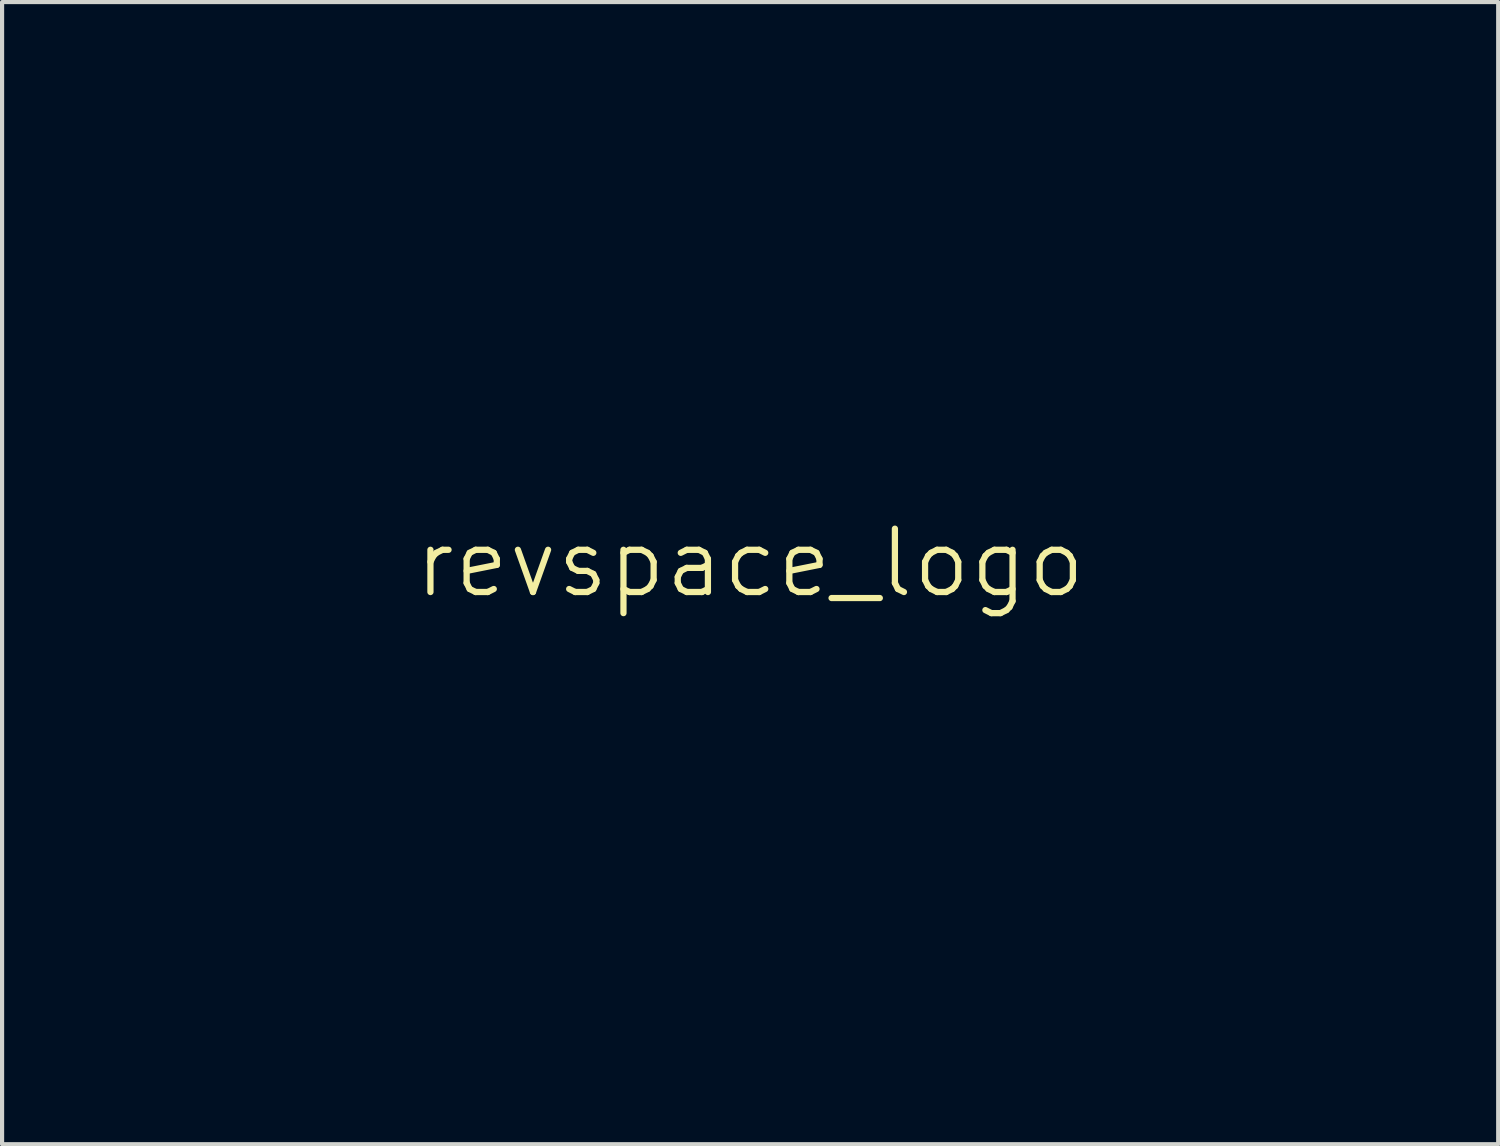
<source format=kicad_pcb>
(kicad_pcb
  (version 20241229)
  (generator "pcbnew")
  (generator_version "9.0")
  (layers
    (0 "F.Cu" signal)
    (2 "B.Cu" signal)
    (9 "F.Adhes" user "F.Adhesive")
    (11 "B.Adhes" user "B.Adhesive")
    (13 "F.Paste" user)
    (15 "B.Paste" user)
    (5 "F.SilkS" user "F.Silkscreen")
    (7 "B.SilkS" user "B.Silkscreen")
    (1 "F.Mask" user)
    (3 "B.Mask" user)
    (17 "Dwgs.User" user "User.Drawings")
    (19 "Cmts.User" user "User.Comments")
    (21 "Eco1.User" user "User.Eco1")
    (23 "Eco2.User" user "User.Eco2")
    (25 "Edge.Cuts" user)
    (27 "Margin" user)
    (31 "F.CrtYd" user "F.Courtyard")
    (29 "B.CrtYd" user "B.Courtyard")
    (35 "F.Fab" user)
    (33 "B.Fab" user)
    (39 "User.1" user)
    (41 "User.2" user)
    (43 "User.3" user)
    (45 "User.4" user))
  (footprint "revspace_logo"
    (layer "F.Cu")
    (at 15 10.498)
    (property "Reference" "revspace_logo" (at 0 0 0) (layer "F.SilkS") (effects (font (size 1.524 1.524) (thickness 0.15))))
    (attr through_hole)
    (fp_poly (pts (xy -7.814 2.669) (xy -7.883 2.89) (xy -7.954 3.109) (xy -8.025 3.324) (xy -8.097 3.536) (xy -8.17 3.746) (xy -8.243 3.954) (xy -8.318 4.159) (xy -8.393 4.363) (xy -8.468 4.565) (xy -8.545 4.765) (xy -8.622 4.965) (xy -8.7 5.164) (xy -8.779 5.362) (xy -8.858 5.56) (xy -8.938 5.758) (xy -9.019 5.957) (xy -9.101 6.155) (xy -9.183 6.355) (xy -9.266 6.556) (xy -9.35 6.757) (xy -9.435 6.961) (xy -9.52 7.166) (xy -9.606 7.373) (xy -9.693 7.582) (xy -9.78 7.794) (xy -9.868 8.009) (xy -9.957 8.226) (xy -10.046 8.447) (xy -10.137 8.672) (xy -10.228 8.9) (xy -10.319 9.133) (xy -10.412 9.37) (xy -10.034 9.373) (xy -10.027 9.354) (xy -10.004 9.299) (xy -9.967 9.21) (xy -9.916 9.09) (xy -9.852 8.941) (xy -9.777 8.766) (xy -9.691 8.567) (xy -9.595 8.346) (xy -9.491 8.105) (xy -9.379 7.848) (xy -9.26 7.576) (xy -9.136 7.292) (xy -9.007 6.999) (xy -8.874 6.698) (xy -8.739 6.392) (xy -8.602 6.083) (xy -8.464 5.775) (xy -8.326 5.468) (xy -8.19 5.167) (xy -8.056 4.872) (xy -7.925 4.587) (xy -7.799 4.314) (xy -7.678 4.055) (xy -7.563 3.812) (xy -7.455 3.589) (xy -7.355 3.387) (xy -7.265 3.208) (xy -7.185 3.056) (xy -7.116 2.933) (xy -7.059 2.841) (xy -7.016 2.782) (xy -6.986 2.759) (xy -7.025 2.761) (xy -7.061 2.764) (xy -7.096 2.766) (xy -7.13 2.769) (xy -7.163 2.771) (xy -7.196 2.773) (xy -7.228 2.774) (xy -7.26 2.775) (xy -7.293 2.775) (xy -7.326 2.774) (xy -7.36 2.772) (xy -7.396 2.768) (xy -7.433 2.764) (xy -7.471 2.758) (xy -7.512 2.751) (xy -7.554 2.742) (xy -7.6 2.731) (xy -7.648 2.719) (xy -7.7 2.704) (xy -7.755 2.688) (xy -7.814 2.669)) (stroke (width 0.000001) (type solid)) (fill yes) (layer "F.Mask"))
    (fp_poly (pts (xy -7.814 2.669) (xy -7.883 2.89) (xy -7.954 3.109) (xy -8.025 3.324) (xy -8.097 3.536) (xy -8.17 3.746) (xy -8.243 3.954) (xy -8.318 4.159) (xy -8.393 4.363) (xy -8.468 4.565) (xy -8.545 4.765) (xy -8.622 4.965) (xy -8.7 5.164) (xy -8.779 5.362) (xy -8.858 5.56) (xy -8.938 5.758) (xy -9.019 5.957) (xy -9.101 6.155) (xy -9.183 6.355) (xy -9.266 6.556) (xy -9.35 6.757) (xy -9.435 6.961) (xy -9.52 7.166) (xy -9.606 7.373) (xy -9.693 7.582) (xy -9.78 7.794) (xy -9.868 8.009) (xy -9.957 8.226) (xy -10.046 8.447) (xy -10.137 8.672) (xy -10.228 8.9) (xy -10.319 9.133) (xy -10.412 9.37) (xy -10.034 9.373) (xy -10.027 9.354) (xy -10.004 9.299) (xy -9.967 9.21) (xy -9.916 9.09) (xy -9.852 8.941) (xy -9.777 8.766) (xy -9.691 8.567) (xy -9.595 8.346) (xy -9.491 8.105) (xy -9.379 7.848) (xy -9.26 7.576) (xy -9.136 7.292) (xy -9.007 6.999) (xy -8.874 6.698) (xy -8.739 6.392) (xy -8.602 6.083) (xy -8.464 5.775) (xy -8.326 5.468) (xy -8.19 5.167) (xy -8.056 4.872) (xy -7.925 4.587) (xy -7.799 4.314) (xy -7.678 4.055) (xy -7.563 3.812) (xy -7.455 3.589) (xy -7.355 3.387) (xy -7.265 3.208) (xy -7.185 3.056) (xy -7.116 2.933) (xy -7.059 2.841) (xy -7.016 2.782) (xy -6.986 2.759) (xy -7.025 2.761) (xy -7.061 2.764) (xy -7.096 2.766) (xy -7.13 2.769) (xy -7.163 2.771) (xy -7.196 2.773) (xy -7.228 2.774) (xy -7.26 2.775) (xy -7.293 2.775) (xy -7.326 2.774) (xy -7.36 2.772) (xy -7.396 2.768) (xy -7.433 2.764) (xy -7.471 2.758) (xy -7.512 2.751) (xy -7.554 2.742) (xy -7.6 2.731) (xy -7.648 2.719) (xy -7.7 2.704) (xy -7.755 2.688) (xy -7.814 2.669)) (stroke (width 0.000001) (type solid)) (fill yes) (layer "F.Mask"))
    (fp_poly (pts (xy -11.284 0.921) (xy -11.346 1.121) (xy -11.415 1.332) (xy -11.491 1.555) (xy -11.574 1.79) (xy -11.663 2.035) (xy -11.757 2.289) (xy -11.857 2.553) (xy -11.961 2.825) (xy -12.07 3.104) (xy -12.184 3.391) (xy -12.301 3.684) (xy -12.422 3.983) (xy -12.546 4.287) (xy -12.672 4.596) (xy -12.801 4.908) (xy -12.932 5.223) (xy -13.065 5.54) (xy -13.199 5.859) (xy -13.334 6.18) (xy -13.469 6.5) (xy -13.605 6.821) (xy -13.74 7.14) (xy -13.875 7.458) (xy -14.008 7.773) (xy -14.141 8.086) (xy -14.272 8.395) (xy -14.4 8.699) (xy -14.527 8.999) (xy -14.65 9.293) (xy -14.77 9.58) (xy -14.887 9.861) (xy -15 10.134) (xy -14.598 10.173) (xy -14.532 10.013) (xy -14.459 9.84) (xy -14.38 9.654) (xy -14.296 9.457) (xy -14.206 9.248) (xy -14.11 9.029) (xy -14.01 8.799) (xy -13.905 8.56) (xy -13.795 8.312) (xy -13.681 8.056) (xy -13.563 7.792) (xy -13.442 7.521) (xy -13.317 7.243) (xy -13.189 6.959) (xy -13.058 6.669) (xy -12.924 6.375) (xy -12.788 6.076) (xy -12.65 5.774) (xy -12.51 5.468) (xy -12.368 5.16) (xy -12.225 4.85) (xy -12.081 4.539) (xy -11.936 4.227) (xy -11.79 3.914) (xy -11.645 3.602) (xy -11.499 3.291) (xy -11.353 2.981) (xy -11.208 2.674) (xy -11.063 2.369) (xy -10.92 2.067) (xy -10.777 1.769) (xy -10.637 1.476) (xy -10.672 1.453) (xy -10.706 1.431) (xy -10.739 1.409) (xy -10.771 1.387) (xy -10.803 1.364) (xy -10.833 1.342) (xy -10.863 1.32) (xy -10.892 1.297) (xy -10.921 1.274) (xy -10.949 1.251) (xy -10.976 1.228) (xy -11.004 1.203) (xy -11.031 1.179) (xy -11.059 1.154) (xy -11.086 1.128) (xy -11.113 1.101) (xy -11.141 1.073) (xy -11.168 1.045) (xy -11.196 1.016) (xy -11.225 0.985) (xy -11.254 0.954) (xy -11.284 0.921) (xy -11.284 0.921)) (stroke (width 0.000001) (type solid)) (fill yes) (layer "F.Mask"))
    (fp_poly (pts (xy -11.284 0.921) (xy -11.346 1.121) (xy -11.415 1.332) (xy -11.491 1.555) (xy -11.574 1.79) (xy -11.663 2.035) (xy -11.757 2.289) (xy -11.857 2.553) (xy -11.961 2.825) (xy -12.07 3.104) (xy -12.184 3.391) (xy -12.301 3.684) (xy -12.422 3.983) (xy -12.546 4.287) (xy -12.672 4.596) (xy -12.801 4.908) (xy -12.932 5.223) (xy -13.065 5.54) (xy -13.199 5.859) (xy -13.334 6.18) (xy -13.469 6.5) (xy -13.605 6.821) (xy -13.74 7.14) (xy -13.875 7.458) (xy -14.008 7.773) (xy -14.141 8.086) (xy -14.272 8.395) (xy -14.4 8.699) (xy -14.527 8.999) (xy -14.65 9.293) (xy -14.77 9.58) (xy -14.887 9.861) (xy -15 10.134) (xy -14.598 10.173) (xy -14.532 10.013) (xy -14.459 9.84) (xy -14.38 9.654) (xy -14.296 9.457) (xy -14.206 9.248) (xy -14.11 9.029) (xy -14.01 8.799) (xy -13.905 8.56) (xy -13.795 8.312) (xy -13.681 8.056) (xy -13.563 7.792) (xy -13.442 7.521) (xy -13.317 7.243) (xy -13.189 6.959) (xy -13.058 6.669) (xy -12.924 6.375) (xy -12.788 6.076) (xy -12.65 5.774) (xy -12.51 5.468) (xy -12.368 5.16) (xy -12.225 4.85) (xy -12.081 4.539) (xy -11.936 4.227) (xy -11.79 3.914) (xy -11.645 3.602) (xy -11.499 3.291) (xy -11.353 2.981) (xy -11.208 2.674) (xy -11.063 2.369) (xy -10.92 2.067) (xy -10.777 1.769) (xy -10.637 1.476) (xy -10.672 1.453) (xy -10.706 1.431) (xy -10.739 1.409) (xy -10.771 1.387) (xy -10.803 1.364) (xy -10.833 1.342) (xy -10.863 1.32) (xy -10.892 1.297) (xy -10.921 1.274) (xy -10.949 1.251) (xy -10.976 1.228) (xy -11.004 1.203) (xy -11.031 1.179) (xy -11.059 1.154) (xy -11.086 1.128) (xy -11.113 1.101) (xy -11.141 1.073) (xy -11.168 1.045) (xy -11.196 1.016) (xy -11.225 0.985) (xy -11.254 0.954) (xy -11.284 0.921) (xy -11.284 0.921)) (stroke (width 0.000001) (type solid)) (fill yes) (layer "F.Mask"))
    (fp_poly (pts (xy 10.716 0.001) (xy 8.972 0.007) (xy 8.873 0.262) (xy 8.996 0.262) (xy 9.069 0.264) (xy 9.134 0.269) (xy 9.192 0.277) (xy 9.243 0.289) (xy 9.286 0.305) (xy 9.321 0.323) (xy 9.349 0.346) (xy 9.369 0.371) (xy 9.382 0.4) (xy 9.386 0.433) (xy 9.382 0.469) (xy 9.37 0.508) (xy 9.359 0.535) (xy 9.343 0.565) (xy 9.325 0.597) (xy 9.305 0.63) (xy 9.282 0.664) (xy 9.257 0.7) (xy 9.231 0.736) (xy 9.204 0.772) (xy 9.176 0.808) (xy 7.734 2.459) (xy 7.47 0.58) (xy 7.466 0.544) (xy 7.468 0.505) (xy 7.475 0.465) (xy 7.485 0.43) (xy 7.497 0.405) (xy 7.511 0.383) (xy 7.528 0.363) (xy 7.549 0.345) (xy 7.574 0.329) (xy 7.603 0.315) (xy 7.636 0.303) (xy 7.674 0.292) (xy 7.717 0.284) (xy 7.765 0.277) (xy 7.819 0.272) (xy 7.879 0.268) (xy 7.946 0.266) (xy 8.019 0.265) (xy 8.142 0.265) (xy 8.241 0.007) (xy 6.185 0.013) (xy 6.086 0.271) (xy 6.155 0.271) (xy 6.222 0.272) (xy 6.283 0.275) (xy 6.337 0.28) (xy 6.385 0.288) (xy 6.427 0.3) (xy 6.464 0.314) (xy 6.496 0.332) (xy 6.524 0.353) (xy 6.547 0.378) (xy 6.566 0.408) (xy 6.581 0.442) (xy 6.594 0.481) (xy 6.603 0.525) (xy 6.61 0.574) (xy 7 3.427) (xy 7.306 3.427) (xy 9.511 0.927) (xy 9.55 0.884) (xy 9.588 0.843) (xy 9.626 0.802) (xy 9.664 0.764) (xy 9.7 0.727) (xy 9.737 0.691) (xy 9.773 0.657) (xy 9.808 0.624) (xy 9.843 0.593) (xy 9.878 0.564) (xy 9.912 0.536) (xy 9.946 0.509) (xy 9.98 0.484) (xy 10.013 0.46) (xy 10.046 0.437) (xy 10.079 0.416) (xy 10.111 0.396) (xy 10.143 0.378) (xy 10.175 0.361) (xy 10.207 0.345) (xy 10.239 0.331) (xy 10.27 0.318) (xy 10.302 0.306) (xy 10.333 0.295) (xy 10.364 0.286) (xy 10.395 0.278) (xy 10.426 0.272) (xy 10.457 0.266) (xy 10.488 0.262) (xy 10.519 0.259) (xy 10.55 0.257) (xy 10.581 0.256) (xy 10.617 0.256) (xy 10.716 0.001) (xy 10.716 0.001)) (stroke (width 0.000001) (type solid)) (fill yes) (layer "F.Mask"))
    (fp_poly (pts (xy 10.222 6.094) (xy 10.116 6.097) (xy 10.01 6.104) (xy 9.904 6.115) (xy 9.8 6.13) (xy 9.695 6.15) (xy 9.592 6.173) (xy 9.489 6.201) (xy 9.388 6.232) (xy 9.288 6.267) (xy 9.189 6.306) (xy 9.091 6.349) (xy 8.995 6.395) (xy 8.9 6.444) (xy 8.808 6.497) (xy 8.717 6.553) (xy 8.628 6.612) (xy 8.541 6.675) (xy 8.456 6.74) (xy 8.374 6.808) (xy 8.295 6.879) (xy 8.217 6.953) (xy 8.143 7.03) (xy 8.071 7.109) (xy 8.003 7.19) (xy 7.937 7.274) (xy 7.875 7.36) (xy 7.816 7.449) (xy 7.761 7.54) (xy 7.709 7.632) (xy 7.66 7.727) (xy 7.616 7.824) (xy 7.575 7.922) (xy 7.541 8.016) (xy 7.512 8.108) (xy 7.488 8.197) (xy 7.468 8.285) (xy 7.454 8.371) (xy 7.444 8.454) (xy 7.439 8.535) (xy 7.439 8.614) (xy 7.443 8.69) (xy 7.453 8.764) (xy 7.466 8.836) (xy 7.484 8.904) (xy 7.507 8.97) (xy 7.534 9.034) (xy 7.566 9.094) (xy 7.602 9.152) (xy 7.642 9.206) (xy 7.686 9.258) (xy 7.735 9.306) (xy 7.788 9.351) (xy 7.845 9.393) (xy 7.906 9.432) (xy 7.971 9.467) (xy 8.041 9.499) (xy 8.114 9.528) (xy 8.191 9.552) (xy 8.271 9.573) (xy 8.356 9.591) (xy 8.445 9.604) (xy 8.537 9.614) (xy 8.633 9.62) (xy 8.732 9.621) (xy 8.804 9.62) (xy 8.875 9.617) (xy 8.945 9.613) (xy 9.013 9.607) (xy 9.081 9.598) (xy 9.148 9.588) (xy 9.213 9.576) (xy 9.278 9.563) (xy 9.342 9.547) (xy 9.406 9.529) (xy 9.468 9.509) (xy 9.531 9.487) (xy 9.592 9.463) (xy 9.653 9.437) (xy 9.714 9.409) (xy 9.774 9.379) (xy 9.834 9.346) (xy 9.893 9.312) (xy 9.953 9.275) (xy 10.012 9.235) (xy 10.071 9.194) (xy 10.13 9.15) (xy 10.19 9.103) (xy 10.249 9.054) (xy 10.308 9.003) (xy 10.368 8.949) (xy 10.428 8.893) (xy 10.488 8.834) (xy 10.549 8.773) (xy 10.61 8.709) (xy 10.672 8.642) (xy 10.734 8.572) (xy 10.434 8.465) (xy 10.39 8.512) (xy 10.346 8.557) (xy 10.303 8.601) (xy 10.26 8.643) (xy 10.217 8.683) (xy 10.175 8.721) (xy 10.134 8.758) (xy 10.093 8.793) (xy 10.052 8.827) (xy 10.011 8.859) (xy 9.971 8.889) (xy 9.931 8.918) (xy 9.891 8.945) (xy 9.851 8.971) (xy 9.811 8.995) (xy 9.772 9.017) (xy 9.733 9.038) (xy 9.693 9.058) (xy 9.654 9.076) (xy 9.614 9.093) (xy 9.575 9.108) (xy 9.535 9.122) (xy 9.496 9.134) (xy 9.456 9.145) (xy 9.416 9.155) (xy 9.376 9.164) (xy 9.335 9.171) (xy 9.294 9.176) (xy 9.253 9.181) (xy 9.212 9.184) (xy 9.17 9.186) (xy 9.128 9.187) (xy 9.064 9.185) (xy 9.002 9.181) (xy 8.944 9.174) (xy 8.888 9.164) (xy 8.835 9.15) (xy 8.785 9.134) (xy 8.738 9.116) (xy 8.693 9.094) (xy 8.652 9.07) (xy 8.613 9.043) (xy 8.577 9.013) (xy 8.544 8.98) (xy 8.514 8.945) (xy 8.487 8.908) (xy 8.462 8.868) (xy 8.441 8.825) (xy 8.423 8.78) (xy 8.408 8.733) (xy 8.395 8.683) (xy 8.386 8.631) (xy 8.38 8.577) (xy 8.377 8.52) (xy 8.377 8.461) (xy 8.38 8.4) (xy 8.387 8.337) (xy 8.396 8.272) (xy 8.409 8.204) (xy 8.424 8.135) (xy 8.443 8.064) (xy 8.465 7.99) (xy 8.491 7.915) (xy 8.519 7.838) (xy 8.552 7.758) (xy 8.586 7.68) (xy 8.621 7.604) (xy 8.659 7.53) (xy 8.698 7.457) (xy 8.738 7.386) (xy 8.78 7.318) (xy 8.824 7.251) (xy 8.869 7.186) (xy 8.915 7.124) (xy 8.962 7.064) (xy 9.011 7.006) (xy 9.061 6.95) (xy 9.112 6.897) (xy 9.163 6.846) (xy 9.216 6.797) (xy 9.27 6.751) (xy 9.325 6.708) (xy 9.38 6.667) (xy 9.436 6.629) (xy 9.493 6.594) (xy 9.551 6.561) (xy 9.609 6.531) (xy 9.667 6.504) (xy 9.726 6.48) (xy 9.786 6.46) (xy 9.845 6.442) (xy 9.905 6.427) (xy 9.965 6.415) (xy 10.026 6.407) (xy 10.086 6.402) (xy 10.147 6.4) (xy 10.21 6.402) (xy 10.271 6.407) (xy 10.327 6.417) (xy 10.378 6.429) (xy 10.425 6.445) (xy 10.465 6.463) (xy 10.499 6.484) (xy 10.526 6.507) (xy 10.546 6.531) (xy 10.558 6.557) (xy 10.561 6.584) (xy 10.554 6.613) (xy 10.544 6.629) (xy 10.527 6.646) (xy 10.501 6.668) (xy 10.467 6.696) (xy 10.422 6.729) (xy 10.382 6.759) (xy 10.346 6.788) (xy 10.315 6.815) (xy 10.287 6.841) (xy 10.263 6.867) (xy 10.242 6.892) (xy 10.224 6.917) (xy 10.207 6.943) (xy 10.193 6.969) (xy 10.18 6.997) (xy 10.168 7.026) (xy 10.152 7.075) (xy 10.143 7.122) (xy 10.142 7.166) (xy 10.148 7.207) (xy 10.16 7.246) (xy 10.179 7.281) (xy 10.203 7.312) (xy 10.235 7.34) (xy 10.271 7.364) (xy 10.314 7.385) (xy 10.362 7.401) (xy 10.415 7.412) (xy 10.473 7.419) (xy 10.536 7.422) (xy 10.578 7.42) (xy 10.619 7.417) (xy 10.66 7.41) (xy 10.701 7.402) (xy 10.742 7.391) (xy 10.782 7.379) (xy 10.821 7.364) (xy 10.859 7.347) (xy 10.897 7.328) (xy 10.933 7.308) (xy 10.969 7.285) (xy 11.003 7.261) (xy 11.036 7.235) (xy 11.068 7.207) (xy 11.098 7.178) (xy 11.126 7.148) (xy 11.153 7.116) (xy 11.177 7.082) (xy 11.2 7.047) (xy 11.221 7.012) (xy 11.239 6.974) (xy 11.256 6.936) (xy 11.271 6.892) (xy 11.283 6.848) (xy 11.291 6.805) (xy 11.296 6.763) (xy 11.297 6.722) (xy 11.295 6.681) (xy 11.29 6.642) (xy 11.281 6.603) (xy 11.269 6.566) (xy 11.254 6.529) (xy 11.235 6.494) (xy 11.214 6.46) (xy 11.19 6.427) (xy 11.162 6.395) (xy 11.132 6.365) (xy 11.099 6.336) (xy 11.063 6.308) (xy 11.024 6.282) (xy 10.982 6.257) (xy 10.938 6.234) (xy 10.892 6.212) (xy 10.842 6.192) (xy 10.791 6.174) (xy 10.736 6.158) (xy 10.68 6.143) (xy 10.621 6.13) (xy 10.56 6.119) (xy 10.496 6.11) (xy 10.431 6.103) (xy 10.363 6.098) (xy 10.293 6.095) (xy 10.222 6.094) (xy 10.222 6.094)) (stroke (width 0.000001) (type solid)) (fill yes) (layer "F.Mask"))
    (fp_poly (pts (xy 4.71 -0.085) (xy 4.606 -0.083) (xy 4.501 -0.076) (xy 4.397 -0.064) (xy 4.424 0.227) (xy 4.46 0.223) (xy 4.498 0.22) (xy 4.498 0.22) (xy 4.536 0.22) (xy 4.576 0.22) (xy 4.633 0.222) (xy 4.688 0.226) (xy 4.74 0.233) (xy 4.79 0.244) (xy 4.836 0.257) (xy 4.88 0.273) (xy 4.921 0.291) (xy 4.959 0.313) (xy 4.994 0.337) (xy 5.026 0.364) (xy 5.055 0.393) (xy 5.081 0.425) (xy 5.104 0.459) (xy 5.123 0.495) (xy 5.14 0.534) (xy 5.154 0.575) (xy 5.164 0.619) (xy 5.171 0.664) (xy 5.175 0.712) (xy 5.176 0.761) (xy 5.174 0.813) (xy 5.168 0.866) (xy 5.159 0.922) (xy 5.146 0.979) (xy 5.13 1.038) (xy 5.111 1.099) (xy 5.088 1.161) (xy 5.07 1.203) (xy 5.052 1.241) (xy 5.032 1.274) (xy 5.011 1.303) (xy 4.987 1.329) (xy 4.962 1.351) (xy 4.933 1.37) (xy 4.902 1.386) (xy 4.867 1.398) (xy 4.828 1.408) (xy 4.786 1.416) (xy 4.738 1.421) (xy 4.687 1.424) (xy 4.629 1.425) (xy 3.104 1.431) (xy 3.119 1.393) (xy 3.135 1.356) (xy 3.151 1.32) (xy 3.167 1.285) (xy 3.183 1.251) (xy 3.201 1.217) (xy 3.219 1.184) (xy 3.237 1.152) (xy 3.257 1.119) (xy 3.277 1.087) (xy 3.298 1.055) (xy 3.32 1.023) (xy 3.343 0.99) (xy 3.368 0.958) (xy 3.393 0.924) (xy 3.42 0.89) (xy 3.449 0.856) (xy 3.48 0.817) (xy 3.512 0.78) (xy 3.544 0.745) (xy 3.576 0.71) (xy 3.608 0.677) (xy 3.64 0.644) (xy 3.672 0.613) (xy 3.704 0.584) (xy 3.737 0.555) (xy 3.769 0.527) (xy 3.802 0.501) (xy 3.835 0.476) (xy 3.868 0.452) (xy 3.901 0.429) (xy 3.934 0.408) (xy 3.968 0.387) (xy 4.002 0.368) (xy 4.036 0.35) (xy 4.07 0.333) (xy 4.104 0.317) (xy 4.139 0.302) (xy 4.173 0.289) (xy 4.208 0.277) (xy 4.244 0.266) (xy 4.279 0.256) (xy 4.315 0.247) (xy 4.351 0.239) (xy 4.387 0.233) (xy 4.424 0.227) (xy 4.397 -0.064) (xy 4.292 -0.048) (xy 4.189 -0.028) (xy 4.085 -0.004) (xy 3.983 0.025) (xy 3.881 0.057) (xy 3.78 0.093) (xy 3.68 0.133) (xy 3.582 0.177) (xy 3.484 0.224) (xy 3.389 0.274) (xy 3.295 0.329) (xy 3.202 0.386) (xy 3.112 0.447) (xy 3.024 0.51) (xy 2.938 0.577) (xy 2.854 0.647) (xy 2.773 0.719) (xy 2.694 0.794) (xy 2.618 0.872) (xy 2.545 0.953) (xy 2.475 1.035) (xy 2.408 1.121) (xy 2.345 1.208) (xy 2.284 1.298) (xy 2.228 1.39) (xy 2.175 1.483) (xy 2.126 1.579) (xy 2.081 1.676) (xy 2.04 1.776) (xy 2.007 1.868) (xy 1.978 1.958) (xy 1.956 2.047) (xy 1.938 2.133) (xy 1.925 2.217) (xy 1.918 2.299) (xy 1.916 2.379) (xy 1.918 2.456) (xy 1.926 2.531) (xy 1.939 2.603) (xy 1.956 2.673) (xy 1.979 2.74) (xy 2.006 2.805) (xy 2.037 2.867) (xy 2.074 2.926) (xy 2.115 2.982) (xy 2.161 3.035) (xy 2.211 3.085) (xy 2.266 3.133) (xy 2.325 3.177) (xy 2.388 3.218) (xy 2.456 3.255) (xy 2.528 3.29) (xy 2.605 3.32) (xy 2.685 3.348) (xy 2.77 3.372) (xy 2.859 3.392) (xy 2.951 3.409) (xy 3.048 3.422) (xy 3.149 3.432) (xy 3.253 3.437) (xy 3.362 3.439) (xy 3.439 3.438) (xy 3.516 3.434) (xy 3.592 3.429) (xy 3.667 3.422) (xy 3.742 3.413) (xy 3.816 3.402) (xy 3.89 3.389) (xy 3.962 3.374) (xy 4.035 3.357) (xy 4.106 3.338) (xy 4.177 3.317) (xy 4.248 3.295) (xy 4.318 3.27) (xy 4.387 3.243) (xy 4.455 3.214) (xy 4.523 3.184) (xy 4.591 3.151) (xy 4.657 3.116) (xy 4.724 3.08) (xy 4.789 3.041) (xy 4.854 3) (xy 4.918 2.958) (xy 4.982 2.913) (xy 5.045 2.867) (xy 5.108 2.818) (xy 5.17 2.768) (xy 5.231 2.715) (xy 5.292 2.661) (xy 5.352 2.604) (xy 5.411 2.546) (xy 5.47 2.485) (xy 5.529 2.423) (xy 5.277 2.291) (xy 5.224 2.341) (xy 5.171 2.39) (xy 5.12 2.437) (xy 5.068 2.481) (xy 5.018 2.524) (xy 4.967 2.565) (xy 4.918 2.604) (xy 4.868 2.642) (xy 4.819 2.677) (xy 4.77 2.711) (xy 4.722 2.743) (xy 4.673 2.773) (xy 4.625 2.802) (xy 4.577 2.829) (xy 4.529 2.854) (xy 4.48 2.878) (xy 4.432 2.9) (xy 4.384 2.921) (xy 4.336 2.94) (xy 4.287 2.957) (xy 4.238 2.973) (xy 4.189 2.988) (xy 4.14 3.001) (xy 4.09 3.012) (xy 4.04 3.022) (xy 3.989 3.031) (xy 3.938 3.038) (xy 3.887 3.044) (xy 3.834 3.049) (xy 3.781 3.052) (xy 3.728 3.054) (xy 3.673 3.055) (xy 3.619 3.055) (xy 3.566 3.052) (xy 3.515 3.048) (xy 3.467 3.043) (xy 3.42 3.036) (xy 3.374 3.027) (xy 3.331 3.016) (xy 3.29 3.004) (xy 3.25 2.99) (xy 3.212 2.975) (xy 3.176 2.958) (xy 3.142 2.939) (xy 3.109 2.919) (xy 3.078 2.897) (xy 3.049 2.873) (xy 3.022 2.848) (xy 2.997 2.821) (xy 2.973 2.793) (xy 2.95 2.763) (xy 2.93 2.731) (xy 2.911 2.697) (xy 2.894 2.662) (xy 2.878 2.626) (xy 2.864 2.588) (xy 2.855 2.558) (xy 2.847 2.529) (xy 2.84 2.498) (xy 2.834 2.468) (xy 2.83 2.436) (xy 2.826 2.404) (xy 2.825 2.371) (xy 2.824 2.337) (xy 2.825 2.302) (xy 2.828 2.266) (xy 2.832 2.229) (xy 2.837 2.191) (xy 2.844 2.152) (xy 2.852 2.111) (xy 2.862 2.07) (xy 2.874 2.027) (xy 2.886 1.982) (xy 2.901 1.936) (xy 2.917 1.889) (xy 2.935 1.84) (xy 2.954 1.789) (xy 2.975 1.737) (xy 5.801 1.728) (xy 5.838 1.629) (xy 5.87 1.531) (xy 5.897 1.436) (xy 5.919 1.343) (xy 5.936 1.253) (xy 5.948 1.164) (xy 5.956 1.078) (xy 5.958 0.994) (xy 5.956 0.913) (xy 5.949 0.834) (xy 5.938 0.758) (xy 5.922 0.684) (xy 5.901 0.614) (xy 5.876 0.546) (xy 5.847 0.482) (xy 5.813 0.42) (xy 5.775 0.361) (xy 5.732 0.306) (xy 5.685 0.254) (xy 5.634 0.206) (xy 5.579 0.16) (xy 5.52 0.119) (xy 5.456 0.081) (xy 5.389 0.046) (xy 5.317 0.016) (xy 5.242 -0.011) (xy 5.163 -0.034) (xy 5.08 -0.052) (xy 4.993 -0.067) (xy 4.902 -0.077) (xy 4.808 -0.084) (xy 4.71 -0.085) (xy 4.71 -0.085)) (stroke (width 0.000001) (type solid)) (fill yes) (layer "F.Mask"))
    (fp_poly (pts (xy 13.752 6.085) (xy 13.647 6.088) (xy 13.543 6.095) (xy 13.438 6.106) (xy 13.465 6.398) (xy 13.502 6.394) (xy 13.539 6.391) (xy 13.539 6.391) (xy 13.578 6.39) (xy 13.617 6.391) (xy 13.675 6.392) (xy 13.73 6.396) (xy 13.782 6.404) (xy 13.831 6.414) (xy 13.878 6.427) (xy 13.922 6.443) (xy 13.962 6.462) (xy 14 6.483) (xy 14.035 6.508) (xy 14.067 6.534) (xy 14.096 6.564) (xy 14.122 6.595) (xy 14.145 6.629) (xy 14.165 6.666) (xy 14.182 6.705) (xy 14.195 6.746) (xy 14.206 6.789) (xy 14.213 6.835) (xy 14.217 6.882) (xy 14.218 6.932) (xy 14.215 6.983) (xy 14.209 7.037) (xy 14.2 7.092) (xy 14.188 7.15) (xy 14.172 7.209) (xy 14.152 7.269) (xy 14.13 7.332) (xy 14.112 7.374) (xy 14.094 7.411) (xy 14.074 7.445) (xy 14.052 7.474) (xy 14.029 7.5) (xy 14.003 7.522) (xy 13.975 7.541) (xy 13.943 7.556) (xy 13.908 7.569) (xy 13.87 7.579) (xy 13.827 7.586) (xy 13.78 7.591) (xy 13.728 7.594) (xy 13.671 7.595) (xy 12.146 7.601) (xy 12.161 7.563) (xy 12.176 7.526) (xy 12.192 7.49) (xy 12.208 7.455) (xy 12.225 7.421) (xy 12.242 7.388) (xy 12.26 7.355) (xy 12.279 7.322) (xy 12.298 7.29) (xy 12.318 7.258) (xy 12.34 7.226) (xy 12.362 7.193) (xy 12.385 7.161) (xy 12.409 7.128) (xy 12.435 7.095) (xy 12.462 7.061) (xy 12.49 7.026) (xy 12.522 6.988) (xy 12.554 6.951) (xy 12.585 6.915) (xy 12.617 6.881) (xy 12.649 6.847) (xy 12.681 6.815) (xy 12.714 6.784) (xy 12.746 6.754) (xy 12.778 6.725) (xy 12.811 6.698) (xy 12.844 6.672) (xy 12.876 6.647) (xy 12.909 6.623) (xy 12.943 6.6) (xy 12.976 6.578) (xy 13.009 6.558) (xy 13.043 6.538) (xy 13.077 6.52) (xy 13.111 6.503) (xy 13.146 6.488) (xy 13.18 6.473) (xy 13.215 6.46) (xy 13.25 6.447) (xy 13.285 6.436) (xy 13.321 6.426) (xy 13.356 6.417) (xy 13.392 6.41) (xy 13.429 6.403) (xy 13.465 6.398) (xy 13.438 6.106) (xy 13.334 6.122) (xy 13.23 6.142) (xy 13.127 6.167) (xy 13.024 6.195) (xy 12.922 6.227) (xy 12.821 6.264) (xy 12.722 6.303) (xy 12.623 6.347) (xy 12.526 6.394) (xy 12.43 6.445) (xy 12.336 6.499) (xy 12.244 6.556) (xy 12.154 6.617) (xy 12.065 6.681) (xy 11.979 6.747) (xy 11.896 6.817) (xy 11.814 6.89) (xy 11.736 6.965) (xy 11.66 7.043) (xy 11.587 7.123) (xy 11.517 7.206) (xy 11.45 7.291) (xy 11.386 7.379) (xy 11.326 7.468) (xy 11.269 7.56) (xy 11.217 7.654) (xy 11.168 7.75) (xy 11.123 7.847) (xy 11.082 7.946) (xy 11.048 8.038) (xy 11.02 8.129) (xy 10.997 8.217) (xy 10.979 8.303) (xy 10.967 8.388) (xy 10.96 8.469) (xy 10.957 8.549) (xy 10.96 8.626) (xy 10.968 8.701) (xy 10.98 8.774) (xy 10.998 8.843) (xy 11.02 8.911) (xy 11.047 8.975) (xy 11.079 9.037) (xy 11.115 9.096) (xy 11.157 9.152) (xy 11.202 9.206) (xy 11.253 9.256) (xy 11.307 9.303) (xy 11.366 9.347) (xy 11.43 9.388) (xy 11.498 9.426) (xy 11.57 9.46) (xy 11.646 9.491) (xy 11.727 9.519) (xy 11.811 9.543) (xy 11.9 9.563) (xy 11.993 9.58) (xy 12.09 9.593) (xy 12.19 9.602) (xy 12.295 9.608) (xy 12.403 9.609) (xy 12.481 9.608) (xy 12.557 9.605) (xy 12.633 9.6) (xy 12.709 9.593) (xy 12.783 9.584) (xy 12.858 9.573) (xy 12.931 9.56) (xy 13.004 9.545) (xy 13.076 9.528) (xy 13.148 9.509) (xy 13.219 9.488) (xy 13.289 9.465) (xy 13.359 9.44) (xy 13.428 9.413) (xy 13.497 9.385) (xy 13.565 9.354) (xy 13.632 9.321) (xy 13.699 9.287) (xy 13.765 9.25) (xy 13.831 9.211) (xy 13.896 9.171) (xy 13.96 9.128) (xy 14.024 9.084) (xy 14.087 9.037) (xy 14.149 8.989) (xy 14.211 8.938) (xy 14.272 8.886) (xy 14.333 8.831) (xy 14.393 8.775) (xy 14.453 8.716) (xy 14.512 8.656) (xy 14.57 8.593) (xy 14.318 8.462) (xy 14.265 8.512) (xy 14.213 8.561) (xy 14.161 8.607) (xy 14.11 8.652) (xy 14.059 8.695) (xy 14.009 8.736) (xy 13.959 8.775) (xy 13.91 8.812) (xy 13.86 8.848) (xy 13.812 8.881) (xy 13.763 8.914) (xy 13.715 8.944) (xy 13.666 8.973) (xy 13.618 9) (xy 13.57 9.025) (xy 13.522 9.049) (xy 13.474 9.071) (xy 13.426 9.091) (xy 13.377 9.11) (xy 13.329 9.128) (xy 13.28 9.144) (xy 13.231 9.158) (xy 13.181 9.171) (xy 13.132 9.183) (xy 13.082 9.193) (xy 13.031 9.202) (xy 12.98 9.209) (xy 12.928 9.215) (xy 12.876 9.22) (xy 12.823 9.223) (xy 12.769 9.225) (xy 12.715 9.226) (xy 12.66 9.225) (xy 12.608 9.223) (xy 12.557 9.219) (xy 12.508 9.213) (xy 12.461 9.206) (xy 12.416 9.197) (xy 12.373 9.187) (xy 12.331 9.175) (xy 12.291 9.161) (xy 12.254 9.145) (xy 12.218 9.128) (xy 12.183 9.11) (xy 12.151 9.089) (xy 12.12 9.067) (xy 12.091 9.044) (xy 12.064 9.018) (xy 12.038 8.992) (xy 12.014 8.963) (xy 11.992 8.933) (xy 11.971 8.901) (xy 11.953 8.868) (xy 11.935 8.833) (xy 11.92 8.796) (xy 11.906 8.758) (xy 11.896 8.729) (xy 11.888 8.699) (xy 11.881 8.669) (xy 11.875 8.638) (xy 11.871 8.607) (xy 11.868 8.574) (xy 11.866 8.541) (xy 11.866 8.507) (xy 11.867 8.472) (xy 11.869 8.436) (xy 11.873 8.4) (xy 11.879 8.362) (xy 11.886 8.322) (xy 11.894 8.282) (xy 11.904 8.24) (xy 11.915 8.197) (xy 11.928 8.153) (xy 11.942 8.107) (xy 11.959 8.059) (xy 11.976 8.01) (xy 11.996 7.96) (xy 12.017 7.907) (xy 14.843 7.898) (xy 14.88 7.799) (xy 14.912 7.702) (xy 14.939 7.607) (xy 14.961 7.514) (xy 14.978 7.423) (xy 14.99 7.335) (xy 14.997 7.248) (xy 15 7.165) (xy 14.998 7.083) (xy 14.991 7.004) (xy 14.98 6.928) (xy 14.964 6.855) (xy 14.943 6.784) (xy 14.918 6.717) (xy 14.888 6.652) (xy 14.854 6.59) (xy 14.816 6.532) (xy 14.774 6.477) (xy 14.727 6.425) (xy 14.676 6.376) (xy 14.62 6.331) (xy 14.561 6.289) (xy 14.498 6.251) (xy 14.43 6.217) (xy 14.359 6.186) (xy 14.284 6.16) (xy 14.204 6.137) (xy 14.121 6.118) (xy 14.035 6.104) (xy 13.944 6.093) (xy 13.85 6.087) (xy 13.752 6.085) (xy 13.752 6.085)) (stroke (width 0.000001) (type solid)) (fill yes) (layer "F.Mask"))
    (fp_poly (pts (xy 2.049 6.121) (xy 1.999 6.122) (xy 1.949 6.123) (xy 1.9 6.126) (xy 1.852 6.13) (xy 1.804 6.135) (xy 1.756 6.142) (xy 1.709 6.149) (xy 1.663 6.158) (xy 1.617 6.167) (xy 1.571 6.178) (xy 1.526 6.19) (xy 1.481 6.203) (xy 1.436 6.218) (xy 1.392 6.234) (xy 1.348 6.25) (xy 1.304 6.269) (xy 1.26 6.288) (xy 1.217 6.309) (xy 1.173 6.33) (xy 1.13 6.354) (xy 1.087 6.378) (xy 1.044 6.404) (xy 1.001 6.431) (xy 0.958 6.459) (xy 0.915 6.489) (xy 0.872 6.52) (xy 0.829 6.553) (xy 0.785 6.586) (xy 0.742 6.621) (xy 0.698 6.658) (xy 0.655 6.696) (xy 0.822 6.884) (xy 0.874 6.839) (xy 0.927 6.797) (xy 0.981 6.758) (xy 1.035 6.722) (xy 1.091 6.688) (xy 1.147 6.657) (xy 1.204 6.629) (xy 1.262 6.603) (xy 1.32 6.58) (xy 1.379 6.561) (xy 1.438 6.544) (xy 1.498 6.53) (xy 1.559 6.519) (xy 1.62 6.511) (xy 1.682 6.506) (xy 1.743 6.505) (xy 1.799 6.506) (xy 1.851 6.51) (xy 1.901 6.517) (xy 1.948 6.527) (xy 1.993 6.539) (xy 2.035 6.554) (xy 2.074 6.572) (xy 2.111 6.593) (xy 2.145 6.616) (xy 2.176 6.642) (xy 2.205 6.671) (xy 2.231 6.702) (xy 2.255 6.735) (xy 2.275 6.772) (xy 2.293 6.81) (xy 2.309 6.851) (xy 2.321 6.895) (xy 2.331 6.941) (xy 2.338 6.989) (xy 2.343 7.04) (xy 2.345 7.093) (xy 2.344 7.149) (xy 2.34 7.206) (xy 2.333 7.266) (xy 2.324 7.328) (xy 2.312 7.393) (xy 2.297 7.459) (xy 2.28 7.528) (xy 2.259 7.598) (xy 2.236 7.671) (xy 2.21 7.746) (xy 2.181 7.823) (xy 2.147 7.908) (xy 2.112 7.991) (xy 2.076 8.071) (xy 2.038 8.148) (xy 2 8.224) (xy 1.96 8.297) (xy 1.92 8.367) (xy 1.878 8.435) (xy 1.836 8.501) (xy 1.792 8.563) (xy 1.748 8.624) (xy 1.702 8.682) (xy 1.656 8.737) (xy 1.609 8.79) (xy 1.561 8.84) (xy 1.512 8.887) (xy 1.463 8.932) (xy 1.413 8.974) (xy 1.362 9.013) (xy 1.31 9.05) (xy 1.258 9.083) (xy 1.205 9.114) (xy 1.151 9.142) (xy 1.097 9.168) (xy 1.043 9.19) (xy 0.987 9.21) (xy 0.932 9.226) (xy 0.876 9.24) (xy 0.819 9.251) (xy 0.762 9.258) (xy 0.704 9.263) (xy 0.647 9.265) (xy 0.59 9.263) (xy 0.535 9.259) (xy 0.484 9.252) (xy 0.434 9.241) (xy 0.387 9.228) (xy 0.343 9.212) (xy 0.301 9.193) (xy 0.262 9.171) (xy 0.225 9.146) (xy 0.191 9.119) (xy 0.16 9.089) (xy 0.131 9.056) (xy 0.105 9.021) (xy 0.081 8.984) (xy 0.061 8.943) (xy 0.042 8.901) (xy 0.027 8.856) (xy 0.015 8.808) (xy 0.005 8.759) (xy -0.002 8.707) (xy -0.006 8.653) (xy -0.008 8.596) (xy -0.006 8.538) (xy -0.001 8.477) (xy 0.006 8.414) (xy 0.016 8.35) (xy 0.029 8.283) (xy 0.045 8.215) (xy 0.065 8.144) (xy 0.087 8.072) (xy 0.112 7.998) (xy 0.14 7.922) (xy 0.173 7.841) (xy 0.207 7.761) (xy 0.243 7.684) (xy 0.28 7.608) (xy 0.319 7.535) (xy 0.358 7.464) (xy 0.399 7.396) (xy 0.442 7.329) (xy 0.485 7.265) (xy 0.53 7.203) (xy 0.576 7.144) (xy 0.623 7.087) (xy 0.671 7.032) (xy 0.72 6.98) (xy 0.771 6.931) (xy 0.822 6.884) (xy 0.655 6.696) (xy 0.611 6.735) (xy 0.805 6.232) (xy -0.732 6.316) (xy -0.852 6.621) (xy -0.537 6.618) (xy -0.456 6.62) (xy -0.389 6.624) (xy -0.335 6.633) (xy -0.294 6.647) (xy -0.264 6.668) (xy -0.246 6.695) (xy -0.238 6.731) (xy -0.24 6.775) (xy -0.252 6.83) (xy -0.272 6.895) (xy -0.3 6.972) (xy -1.517 10.107) (xy -1.628 10.392) (xy -1.643 10.429) (xy -1.659 10.463) (xy -1.674 10.495) (xy -1.691 10.524) (xy -1.709 10.551) (xy -1.728 10.576) (xy -1.749 10.598) (xy -1.771 10.618) (xy -1.795 10.635) (xy -1.822 10.651) (xy -1.851 10.665) (xy -1.883 10.678) (xy -1.918 10.688) (xy -1.957 10.697) (xy -1.998 10.705) (xy -2.044 10.711) (xy -2.093 10.716) (xy -2.147 10.72) (xy -2.206 10.723) (xy -2.269 10.725) (xy -2.337 10.727) (xy -2.41 10.727) (xy -2.446 10.727) (xy -2.545 10.985) (xy -0.279 10.976) (xy -0.181 10.721) (xy -0.276 10.721) (xy -0.377 10.721) (xy -0.466 10.719) (xy -0.545 10.716) (xy -0.614 10.71) (xy -0.673 10.702) (xy -0.722 10.692) (xy -0.763 10.678) (xy -0.795 10.662) (xy -0.82 10.642) (xy -0.837 10.619) (xy -0.847 10.592) (xy -0.85 10.561) (xy -0.847 10.525) (xy -0.839 10.485) (xy -0.825 10.439) (xy -0.807 10.389) (xy -0.699 10.104) (xy -0.297 9.076) (xy -0.283 9.119) (xy -0.268 9.16) (xy -0.251 9.2) (xy -0.234 9.237) (xy -0.215 9.273) (xy -0.195 9.307) (xy -0.174 9.339) (xy -0.151 9.369) (xy -0.127 9.398) (xy -0.102 9.424) (xy -0.075 9.45) (xy -0.047 9.473) (xy -0.017 9.495) (xy 0.014 9.516) (xy 0.047 9.534) (xy 0.081 9.551) (xy 0.117 9.567) (xy 0.155 9.581) (xy 0.194 9.594) (xy 0.235 9.605) (xy 0.278 9.615) (xy 0.322 9.623) (xy 0.368 9.63) (xy 0.417 9.636) (xy 0.467 9.64) (xy 0.519 9.643) (xy 0.573 9.645) (xy 0.629 9.645) (xy 0.723 9.643) (xy 0.818 9.636) (xy 0.913 9.625) (xy 1.008 9.61) (xy 1.102 9.59) (xy 1.196 9.567) (xy 1.29 9.54) (xy 1.382 9.509) (xy 1.474 9.474) (xy 1.565 9.436) (xy 1.655 9.394) (xy 1.744 9.349) (xy 1.831 9.3) (xy 1.917 9.248) (xy 2.001 9.193) (xy 2.084 9.135) (xy 2.165 9.074) (xy 2.244 9.01) (xy 2.321 8.944) (xy 2.396 8.874) (xy 2.468 8.802) (xy 2.538 8.728) (xy 2.606 8.651) (xy 2.67 8.572) (xy 2.732 8.49) (xy 2.791 8.407) (xy 2.847 8.321) (xy 2.9 8.233) (xy 2.95 8.144) (xy 2.996 8.053) (xy 3.038 7.96) (xy 3.077 7.865) (xy 3.11 7.774) (xy 3.139 7.684) (xy 3.162 7.595) (xy 3.181 7.508) (xy 3.196 7.423) (xy 3.206 7.34) (xy 3.211 7.258) (xy 3.212 7.178) (xy 3.208 7.101) (xy 3.2 7.025) (xy 3.188 6.952) (xy 3.172 6.881) (xy 3.151 6.813) (xy 3.127 6.747) (xy 3.098 6.684) (xy 3.065 6.624) (xy 3.029 6.567) (xy 2.988 6.512) (xy 2.944 6.461) (xy 2.896 6.413) (xy 2.844 6.368) (xy 2.789 6.327) (xy 2.73 6.289) (xy 2.668 6.254) (xy 2.602 6.224) (xy 2.533 6.197) (xy 2.46 6.174) (xy 2.384 6.155) (xy 2.305 6.14) (xy 2.223 6.129) (xy 2.138 6.123) (xy 2.049 6.121) (xy 2.049 6.121)) (stroke (width 0.000001) (type solid)) (fill yes) (layer "F.Mask"))
    (fp_poly (pts (xy 0.374 -1.785) (xy -2.641 -1.776) (xy -2.77 -1.44) (xy -2.614 -1.44) (xy -2.508 -1.44) (xy -2.412 -1.439) (xy -2.326 -1.438) (xy -2.249 -1.435) (xy -2.182 -1.43) (xy -2.123 -1.424) (xy -2.072 -1.417) (xy -2.03 -1.407) (xy -1.994 -1.395) (xy -1.966 -1.381) (xy -1.944 -1.364) (xy -1.929 -1.344) (xy -1.919 -1.321) (xy -1.915 -1.295) (xy -1.916 -1.266) (xy -1.921 -1.233) (xy -1.931 -1.196) (xy -1.944 -1.155) (xy -1.961 -1.11) (xy -2.039 -0.904) (xy -3.354 2.489) (xy -3.432 2.687) (xy -3.446 2.721) (xy -3.46 2.753) (xy -3.474 2.783) (xy -3.489 2.811) (xy -3.504 2.836) (xy -3.52 2.859) (xy -3.538 2.88) (xy -3.557 2.9) (xy -3.578 2.917) (xy -3.601 2.933) (xy -3.626 2.947) (xy -3.653 2.96) (xy -3.683 2.971) (xy -3.716 2.981) (xy -3.753 2.989) (xy -3.793 2.996) (xy -3.836 3.003) (xy -3.884 3.008) (xy -3.935 3.012) (xy -3.991 3.015) (xy -4.052 3.018) (xy -4.117 3.02) (xy -4.188 3.021) (xy -4.264 3.022) (xy -4.346 3.022) (xy -4.502 3.022) (xy -4.631 3.358) (xy -1.775 3.349) (xy -1.643 3.013) (xy -1.802 3.016) (xy -1.908 3.016) (xy -2.004 3.015) (xy -2.09 3.014) (xy -2.166 3.01) (xy -2.234 3.006) (xy -2.293 3) (xy -2.343 2.992) (xy -2.386 2.982) (xy -2.422 2.97) (xy -2.45 2.955) (xy -2.472 2.938) (xy -2.487 2.918) (xy -2.497 2.895) (xy -2.501 2.869) (xy -2.5 2.839) (xy -2.495 2.806) (xy -2.485 2.769) (xy -2.472 2.729) (xy -2.455 2.684) (xy -2.377 2.483) (xy -1.751 0.865) (xy -1.244 0.862) (xy -1.196 0.862) (xy -1.148 0.863) (xy -1.101 0.866) (xy -1.054 0.87) (xy -1.008 0.875) (xy -0.963 0.88) (xy -0.918 0.887) (xy -0.875 0.895) (xy -0.833 0.904) (xy -0.792 0.913) (xy -0.752 0.924) (xy -0.714 0.935) (xy -0.677 0.947) (xy -0.642 0.96) (xy -0.608 0.974) (xy -0.576 0.988) (xy -0.546 1.004) (xy -0.518 1.02) (xy -0.492 1.036) (xy -0.469 1.053) (xy -0.447 1.071) (xy -0.423 1.093) (xy -0.401 1.116) (xy -0.381 1.14) (xy -0.363 1.165) (xy -0.346 1.192) (xy -0.331 1.22) (xy -0.318 1.249) (xy -0.307 1.28) (xy -0.297 1.312) (xy -0.29 1.346) (xy -0.284 1.382) (xy -0.28 1.419) (xy -0.277 1.458) (xy -0.276 1.499) (xy -0.277 1.541) (xy -0.28 1.586) (xy -0.285 1.633) (xy -0.291 1.682) (xy -0.299 1.732) (xy -0.309 1.786) (xy -0.32 1.841) (xy -0.333 1.898) (xy -0.348 1.958) (xy -0.444 2.321) (xy -0.462 2.395) (xy -0.478 2.466) (xy -0.492 2.534) (xy -0.503 2.6) (xy -0.511 2.663) (xy -0.518 2.723) (xy -0.521 2.781) (xy -0.523 2.836) (xy -0.521 2.889) (xy -0.518 2.939) (xy -0.511 2.986) (xy -0.502 3.031) (xy -0.491 3.073) (xy -0.477 3.113) (xy -0.461 3.151) (xy -0.441 3.186) (xy -0.42 3.219) (xy -0.395 3.25) (xy -0.368 3.278) (xy -0.338 3.304) (xy -0.306 3.328) (xy -0.271 3.349) (xy -0.233 3.368) (xy -0.192 3.386) (xy -0.149 3.401) (xy -0.103 3.413) (xy -0.054 3.424) (xy -0.002 3.433) (xy 0.052 3.44) (xy 0.11 3.444) (xy 0.17 3.447) (xy 0.233 3.448) (xy 0.299 3.446) (xy 0.364 3.443) (xy 0.428 3.437) (xy 0.491 3.429) (xy 0.552 3.418) (xy 0.612 3.405) (xy 0.671 3.39) (xy 0.728 3.372) (xy 0.785 3.352) (xy 0.84 3.329) (xy 0.894 3.305) (xy 0.947 3.277) (xy 0.999 3.248) (xy 1.05 3.215) (xy 1.099 3.181) (xy 1.148 3.144) (xy 1.195 3.104) (xy 1.242 3.062) (xy 1.287 3.017) (xy 1.332 2.97) (xy 1.375 2.92) (xy 1.418 2.868) (xy 1.46 2.813) (xy 1.5 2.755) (xy 1.54 2.695) (xy 1.579 2.633) (xy 1.617 2.567) (xy 1.654 2.5) (xy 1.69 2.429) (xy 1.726 2.356) (xy 1.761 2.28) (xy 1.794 2.201) (xy 1.429 2.201) (xy 1.401 2.261) (xy 1.373 2.318) (xy 1.346 2.372) (xy 1.319 2.424) (xy 1.292 2.473) (xy 1.266 2.518) (xy 1.239 2.562) (xy 1.213 2.602) (xy 1.187 2.64) (xy 1.161 2.676) (xy 1.135 2.708) (xy 1.109 2.738) (xy 1.083 2.766) (xy 1.057 2.791) (xy 1.03 2.814) (xy 1.004 2.834) (xy 0.977 2.851) (xy 0.95 2.867) (xy 0.923 2.879) (xy 0.895 2.89) (xy 0.868 2.898) (xy 0.839 2.904) (xy 0.811 2.907) (xy 0.781 2.908) (xy 0.748 2.907) (xy 0.717 2.903) (xy 0.69 2.896) (xy 0.666 2.885) (xy 0.644 2.871) (xy 0.626 2.852) (xy 0.61 2.83) (xy 0.597 2.802) (xy 0.587 2.77) (xy 0.579 2.732) (xy 0.573 2.689) (xy 0.57 2.64) (xy 0.569 2.585) (xy 0.569 2.523) (xy 0.572 2.455) (xy 0.577 2.38) (xy 0.584 2.297) (xy 0.617 1.85) (xy 0.622 1.79) (xy 0.625 1.732) (xy 0.626 1.676) (xy 0.626 1.622) (xy 0.624 1.57) (xy 0.621 1.519) (xy 0.615 1.471) (xy 0.608 1.424) (xy 0.599 1.379) (xy 0.588 1.336) (xy 0.575 1.295) (xy 0.56 1.255) (xy 0.543 1.217) (xy 0.525 1.181) (xy 0.504 1.146) (xy 0.482 1.113) (xy 0.457 1.081) (xy 0.43 1.05) (xy 0.402 1.022) (xy 0.371 0.994) (xy 0.338 0.968) (xy 0.303 0.943) (xy 0.266 0.92) (xy 0.226 0.897) (xy 0.185 0.876) (xy 0.141 0.856) (xy 0.095 0.838) (xy 0.047 0.82) (xy -0.003 0.803) (xy -0.056 0.788) (xy -0.111 0.773) (xy -0.169 0.76) (xy -0.191 0.486) (xy -0.233 0.493) (xy -0.275 0.499) (xy -0.318 0.504) (xy -0.36 0.509) (xy -0.403 0.513) (xy -0.446 0.517) (xy -0.49 0.52) (xy -0.533 0.523) (xy -0.576 0.524) (xy -0.62 0.525) (xy -0.663 0.526) (xy -1.619 0.529) (xy -1.014 -1.035) (xy -0.986 -1.107) (xy -0.962 -1.166) (xy -0.94 -1.215) (xy -0.921 -1.256) (xy -0.904 -1.288) (xy -0.886 -1.314) (xy -0.868 -1.336) (xy -0.849 -1.353) (xy -0.828 -1.369) (xy -0.805 -1.383) (xy -0.777 -1.398) (xy -0.759 -1.407) (xy -0.74 -1.414) (xy -0.721 -1.421) (xy -0.701 -1.427) (xy -0.678 -1.432) (xy -0.652 -1.436) (xy -0.623 -1.439) (xy -0.589 -1.442) (xy -0.55 -1.444) (xy -0.505 -1.446) (xy -0.454 -1.447) (xy -0.395 -1.448) (xy -0.328 -1.449) (xy -0.252 -1.449) (xy -0.252 -1.449) (xy 0.218 -1.449) (xy 0.297 -1.448) (xy 0.373 -1.446) (xy 0.445 -1.442) (xy 0.514 -1.436) (xy 0.58 -1.428) (xy 0.642 -1.419) (xy 0.701 -1.407) (xy 0.756 -1.394) (xy 0.808 -1.379) (xy 0.857 -1.362) (xy 0.902 -1.344) (xy 0.944 -1.323) (xy 0.983 -1.301) (xy 1.018 -1.276) (xy 1.05 -1.25) (xy 1.079 -1.222) (xy 1.105 -1.192) (xy 1.127 -1.16) (xy 1.146 -1.127) (xy 1.162 -1.091) (xy 1.175 -1.053) (xy 1.184 -1.013) (xy 1.191 -0.972) (xy 1.194 -0.928) (xy 1.194 -0.883) (xy 1.19 -0.835) (xy 1.184 -0.786) (xy 1.174 -0.734) (xy 1.162 -0.681) (xy 1.146 -0.625) (xy 1.127 -0.568) (xy 1.105 -0.508) (xy 1.089 -0.467) (xy 1.071 -0.426) (xy 1.053 -0.386) (xy 1.035 -0.347) (xy 1.015 -0.309) (xy 0.995 -0.271) (xy 0.975 -0.235) (xy 0.953 -0.199) (xy 0.931 -0.164) (xy 0.909 -0.131) (xy 0.885 -0.098) (xy 0.862 -0.065) (xy 0.837 -0.034) (xy 0.812 -0.004) (xy 0.786 0.025) (xy 0.759 0.054) (xy 0.732 0.081) (xy 0.704 0.107) (xy 0.676 0.132) (xy 0.647 0.157) (xy 0.618 0.18) (xy 0.587 0.202) (xy 0.557 0.223) (xy 0.525 0.243) (xy 0.493 0.262) (xy 0.461 0.28) (xy 0.432 0.295) (xy 0.402 0.31) (xy 0.37 0.325) (xy 0.338 0.339) (xy 0.305 0.353) (xy 0.271 0.366) (xy 0.237 0.378) (xy 0.201 0.391) (xy 0.165 0.403) (xy 0.127 0.414) (xy 0.09 0.425) (xy 0.051 0.435) (xy 0.012 0.445) (xy -0.028 0.454) (xy -0.068 0.463) (xy -0.108 0.471) (xy -0.15 0.479) (xy -0.191 0.486) (xy -0.169 0.76) (xy -0.047 0.745) (xy 0.071 0.729) (xy 0.185 0.711) (xy 0.297 0.692) (xy 0.406 0.671) (xy 0.511 0.649) (xy 0.613 0.625) (xy 0.712 0.599) (xy 0.808 0.572) (xy 0.901 0.543) (xy 0.99 0.512) (xy 1.077 0.48) (xy 1.161 0.446) (xy 1.241 0.41) (xy 1.319 0.373) (xy 1.393 0.334) (xy 1.464 0.294) (xy 1.533 0.251) (xy 1.598 0.207) (xy 1.661 0.162) (xy 1.72 0.114) (xy 1.777 0.065) (xy 1.83 0.015) (xy 1.881 -0.038) (xy 1.928 -0.092) (xy 1.973 -0.148) (xy 2.015 -0.206) (xy 2.054 -0.265) (xy 2.09 -0.326) (xy 2.123 -0.389) (xy 2.153 -0.454) (xy 2.181 -0.52) (xy 2.208 -0.595) (xy 2.229 -0.668) (xy 2.244 -0.739) (xy 2.254 -0.807) (xy 2.258 -0.874) (xy 2.256 -0.938) (xy 2.25 -1) (xy 2.237 -1.06) (xy 2.219 -1.118) (xy 2.196 -1.173) (xy 2.167 -1.227) (xy 2.133 -1.278) (xy 2.094 -1.326) (xy 2.049 -1.372) (xy 1.999 -1.416) (xy 1.944 -1.458) (xy 1.884 -1.497) (xy 1.818 -1.534) (xy 1.748 -1.568) (xy 1.672 -1.6) (xy 1.591 -1.63) (xy 1.505 -1.657) (xy 1.414 -1.681) (xy 1.318 -1.703) (xy 1.217 -1.722) (xy 1.111 -1.739) (xy 1 -1.753) (xy 0.885 -1.765) (xy 0.764 -1.774) (xy 0.639 -1.78) (xy 0.509 -1.784) (xy 0.374 -1.785) (xy 0.374 -1.785)) (stroke (width 0.000001) (type solid)) (fill yes) (layer "F.Mask"))
    (fp_poly (pts (xy -2.734 4.32) (xy -2.84 4.322) (xy -2.946 4.327) (xy -3.051 4.336) (xy -3.154 4.348) (xy -3.256 4.364) (xy -3.357 4.383) (xy -3.457 4.404) (xy -3.555 4.429) (xy -3.652 4.457) (xy -3.746 4.488) (xy -3.84 4.522) (xy -3.931 4.558) (xy -4.02 4.598) (xy -4.107 4.64) (xy -4.192 4.685) (xy -4.275 4.733) (xy -4.355 4.783) (xy -4.433 4.836) (xy -4.509 4.891) (xy -4.582 4.949) (xy -4.652 5.009) (xy -4.719 5.071) (xy -4.784 5.135) (xy -4.845 5.202) (xy -4.904 5.271) (xy -4.959 5.342) (xy -5.011 5.415) (xy -5.059 5.49) (xy -5.104 5.567) (xy -5.146 5.646) (xy -5.184 5.727) (xy -5.218 5.809) (xy -5.245 5.881) (xy -5.267 5.95) (xy -5.286 6.017) (xy -5.301 6.082) (xy -5.313 6.145) (xy -5.32 6.206) (xy -5.324 6.264) (xy -5.323 6.321) (xy -5.319 6.376) (xy -5.31 6.429) (xy -5.298 6.481) (xy -5.281 6.53) (xy -5.26 6.578) (xy -5.235 6.624) (xy -5.206 6.669) (xy -5.173 6.712) (xy -5.135 6.753) (xy -5.093 6.794) (xy -5.046 6.832) (xy -4.995 6.87) (xy -4.939 6.906) (xy -4.879 6.941) (xy -4.815 6.975) (xy -4.745 7.007) (xy -4.671 7.039) (xy -4.593 7.069) (xy -4.509 7.099) (xy -4.421 7.127) (xy -4.328 7.155) (xy -4.23 7.182) (xy -4.127 7.208) (xy -4.019 7.233) (xy -3.258 7.401) (xy -3.177 7.419) (xy -3.103 7.436) (xy -3.036 7.451) (xy -2.974 7.465) (xy -2.918 7.478) (xy -2.868 7.491) (xy -2.822 7.502) (xy -2.781 7.513) (xy -2.744 7.524) (xy -2.711 7.534) (xy -2.681 7.543) (xy -2.654 7.553) (xy -2.629 7.563) (xy -2.607 7.573) (xy -2.586 7.584) (xy -2.566 7.594) (xy -2.548 7.606) (xy -2.529 7.618) (xy -2.511 7.632) (xy -2.492 7.646) (xy -2.473 7.661) (xy -2.441 7.689) (xy -2.413 7.718) (xy -2.386 7.749) (xy -2.363 7.78) (xy -2.342 7.813) (xy -2.325 7.847) (xy -2.31 7.882) (xy -2.297 7.918) (xy -2.288 7.956) (xy -2.282 7.994) (xy -2.278 8.033) (xy -2.277 8.074) (xy -2.279 8.115) (xy -2.284 8.158) (xy -2.292 8.201) (xy -2.302 8.245) (xy -2.316 8.29) (xy -2.332 8.336) (xy -2.346 8.37) (xy -2.361 8.403) (xy -2.377 8.436) (xy -2.394 8.469) (xy -2.412 8.501) (xy -2.431 8.532) (xy -2.451 8.563) (xy -2.473 8.594) (xy -2.495 8.624) (xy -2.518 8.654) (xy -2.543 8.683) (xy -2.569 8.712) (xy -2.595 8.741) (xy -2.623 8.769) (xy -2.652 8.797) (xy -2.682 8.824) (xy -2.713 8.85) (xy -2.745 8.877) (xy -2.778 8.903) (xy -2.813 8.928) (xy -2.848 8.953) (xy -2.885 8.978) (xy -2.922 9.002) (xy -2.961 9.026) (xy -3.001 9.049) (xy -3.036 9.069) (xy -3.071 9.087) (xy -3.106 9.106) (xy -3.141 9.123) (xy -3.175 9.139) (xy -3.21 9.155) (xy -3.245 9.17) (xy -3.279 9.185) (xy -3.313 9.198) (xy -3.348 9.211) (xy -3.383 9.223) (xy -3.418 9.235) (xy -3.453 9.246) (xy -3.488 9.256) (xy -3.524 9.265) (xy -3.56 9.274) (xy -3.596 9.282) (xy -3.633 9.29) (xy -3.67 9.297) (xy -3.707 9.303) (xy -3.746 9.309) (xy -3.784 9.314) (xy -3.824 9.319) (xy -3.864 9.323) (xy -3.905 9.327) (xy -3.946 9.33) (xy -3.988 9.332) (xy -4.032 9.334) (xy -4.076 9.335) (xy -4.12 9.336) (xy -4.166 9.337) (xy -4.226 9.336) (xy -4.284 9.335) (xy -4.341 9.333) (xy -4.397 9.33) (xy -4.451 9.325) (xy -4.504 9.32) (xy -4.555 9.314) (xy -4.606 9.306) (xy -4.655 9.298) (xy -4.702 9.289) (xy -4.749 9.278) (xy -4.794 9.267) (xy -4.838 9.254) (xy -4.881 9.241) (xy -4.923 9.226) (xy -4.963 9.21) (xy -5.003 9.193) (xy -5.041 9.176) (xy -5.078 9.157) (xy -5.115 9.136) (xy -5.15 9.115) (xy -5.184 9.093) (xy -5.217 9.069) (xy -5.25 9.045) (xy -5.281 9.019) (xy -5.312 8.992) (xy -5.341 8.964) (xy -5.37 8.935) (xy -5.398 8.904) (xy -5.424 8.873) (xy -5.451 8.84) (xy -5.476 8.806) (xy -5.498 8.774) (xy -5.519 8.742) (xy -5.539 8.709) (xy -5.558 8.677) (xy -5.576 8.644) (xy -5.593 8.611) (xy -5.608 8.578) (xy -5.623 8.545) (xy -5.636 8.511) (xy -5.649 8.477) (xy -5.66 8.442) (xy -5.671 8.407) (xy -5.68 8.371) (xy -5.688 8.335) (xy -5.695 8.298) (xy -5.702 8.261) (xy -5.707 8.223) (xy -5.711 8.184) (xy -5.715 8.144) (xy -5.717 8.104) (xy -5.718 8.062) (xy -5.719 8.02) (xy -5.718 7.977) (xy -5.717 7.933) (xy -5.715 7.888) (xy -5.712 7.841) (xy -5.708 7.794) (xy -5.703 7.745) (xy -5.697 7.696) (xy -5.69 7.645) (xy -5.683 7.592) (xy -6.057 7.595) (xy -6.81 9.621) (xy -6.471 9.618) (xy -5.89 9.136) (xy -5.849 9.172) (xy -5.808 9.206) (xy -5.768 9.239) (xy -5.727 9.27) (xy -5.686 9.3) (xy -5.644 9.329) (xy -5.603 9.357) (xy -5.56 9.383) (xy -5.518 9.408) (xy -5.475 9.431) (xy -5.431 9.453) (xy -5.387 9.474) (xy -5.341 9.494) (xy -5.295 9.513) (xy -5.249 9.53) (xy -5.201 9.546) (xy -5.153 9.561) (xy -5.103 9.575) (xy -5.052 9.588) (xy -5 9.6) (xy -4.947 9.611) (xy -4.893 9.62) (xy -4.838 9.629) (xy -4.781 9.637) (xy -4.722 9.643) (xy -4.662 9.649) (xy -4.601 9.654) (xy -4.538 9.657) (xy -4.473 9.66) (xy -4.407 9.662) (xy -4.338 9.663) (xy -4.268 9.663) (xy -4.149 9.661) (xy -4.031 9.655) (xy -3.914 9.646) (xy -3.799 9.634) (xy -3.686 9.618) (xy -3.574 9.598) (xy -3.464 9.576) (xy -3.356 9.55) (xy -3.251 9.521) (xy -3.147 9.489) (xy -3.045 9.454) (xy -2.946 9.416) (xy -2.848 9.375) (xy -2.754 9.331) (xy -2.661 9.284) (xy -2.572 9.234) (xy -2.485 9.181) (xy -2.401 9.126) (xy -2.319 9.068) (xy -2.241 9.007) (xy -2.165 8.944) (xy -2.093 8.878) (xy -2.024 8.81) (xy -1.958 8.74) (xy -1.896 8.667) (xy -1.837 8.591) (xy -1.781 8.514) (xy -1.729 8.434) (xy -1.681 8.352) (xy -1.636 8.268) (xy -1.596 8.181) (xy -1.559 8.093) (xy -1.542 8.046) (xy -1.526 7.999) (xy -1.511 7.954) (xy -1.499 7.908) (xy -1.487 7.863) (xy -1.478 7.819) (xy -1.47 7.775) (xy -1.463 7.732) (xy -1.459 7.689) (xy -1.455 7.647) (xy -1.454 7.605) (xy -1.453 7.564) (xy -1.455 7.524) (xy -1.458 7.485) (xy -1.462 7.446) (xy -1.468 7.407) (xy -1.476 7.37) (xy -1.485 7.333) (xy -1.496 7.297) (xy -1.508 7.261) (xy -1.522 7.227) (xy -1.537 7.193) (xy -1.554 7.159) (xy -1.572 7.127) (xy -1.592 7.095) (xy -1.614 7.064) (xy -1.637 7.034) (xy -1.661 7.005) (xy -1.678 6.987) (xy -1.695 6.969) (xy -1.714 6.952) (xy -1.734 6.935) (xy -1.755 6.918) (xy -1.777 6.902) (xy -1.8 6.886) (xy -1.824 6.87) (xy -1.849 6.855) (xy -1.876 6.839) (xy -1.904 6.824) (xy -1.934 6.81) (xy -1.965 6.795) (xy -1.997 6.781) (xy -2.031 6.767) (xy -2.067 6.753) (xy -2.104 6.739) (xy -2.143 6.725) (xy -2.184 6.711) (xy -2.227 6.698) (xy -2.271 6.684) (xy -2.317 6.671) (xy -2.365 6.657) (xy -2.416 6.644) (xy -2.468 6.63) (xy -2.522 6.617) (xy -2.578 6.603) (xy -2.637 6.589) (xy -2.698 6.575) (xy -2.761 6.562) (xy -3.618 6.373) (xy -3.688 6.356) (xy -3.754 6.339) (xy -3.818 6.321) (xy -3.879 6.302) (xy -3.936 6.283) (xy -3.991 6.262) (xy -4.043 6.241) (xy -4.091 6.219) (xy -4.137 6.196) (xy -4.18 6.172) (xy -4.22 6.148) (xy -4.257 6.122) (xy -4.291 6.096) (xy -4.322 6.069) (xy -4.35 6.04) (xy -4.375 6.011) (xy -4.397 5.981) (xy -4.416 5.951) (xy -4.432 5.919) (xy -4.446 5.886) (xy -4.456 5.852) (xy -4.464 5.817) (xy -4.469 5.782) (xy -4.47 5.745) (xy -4.469 5.707) (xy -4.465 5.669) (xy -4.459 5.629) (xy -4.449 5.588) (xy -4.436 5.546) (xy -4.421 5.504) (xy -4.402 5.457) (xy -4.38 5.412) (xy -4.356 5.368) (xy -4.329 5.325) (xy -4.3 5.282) (xy -4.268 5.241) (xy -4.235 5.201) (xy -4.199 5.162) (xy -4.162 5.124) (xy -4.122 5.088) (xy -4.08 5.052) (xy -4.037 5.018) (xy -3.991 4.985) (xy -3.944 4.954) (xy -3.895 4.924) (xy -3.844 4.895) (xy -3.792 4.868) (xy -3.738 4.843) (xy -3.683 4.818) (xy -3.626 4.796) (xy -3.568 4.775) (xy -3.509 4.755) (xy -3.448 4.738) (xy -3.386 4.722) (xy -3.324 4.707) (xy -3.26 4.695) (xy -3.195 4.684) (xy -3.129 4.675) (xy -3.062 4.668) (xy -2.994 4.663) (xy -2.926 4.66) (xy -2.857 4.659) (xy -2.8 4.659) (xy -2.745 4.661) (xy -2.69 4.664) (xy -2.637 4.668) (xy -2.585 4.673) (xy -2.535 4.68) (xy -2.485 4.688) (xy -2.437 4.697) (xy -2.389 4.707) (xy -2.343 4.719) (xy -2.299 4.732) (xy -2.255 4.746) (xy -2.213 4.761) (xy -2.172 4.777) (xy -2.132 4.795) (xy -2.093 4.813) (xy -2.055 4.833) (xy -2.019 4.855) (xy -1.984 4.877) (xy -1.95 4.9) (xy -1.918 4.925) (xy -1.886 4.951) (xy -1.856 4.978) (xy -1.828 5.006) (xy -1.8 5.036) (xy -1.774 5.066) (xy -1.749 5.098) (xy -1.725 5.13) (xy -1.703 5.164) (xy -1.681 5.199) (xy -1.662 5.236) (xy -1.643 5.273) (xy -1.627 5.308) (xy -1.611 5.343) (xy -1.597 5.378) (xy -1.583 5.413) (xy -1.571 5.449) (xy -1.559 5.485) (xy -1.548 5.52) (xy -1.538 5.557) (xy -1.528 5.593) (xy -1.52 5.63) (xy -1.512 5.667) (xy -1.506 5.704) (xy -1.5 5.741) (xy -1.494 5.779) (xy -1.49 5.818) (xy -1.486 5.856) (xy -1.483 5.896) (xy -1.481 5.935) (xy -1.48 5.975) (xy -1.479 6.016) (xy -1.48 6.057) (xy -1.48 6.098) (xy -1.482 6.14) (xy -1.484 6.183) (xy -1.487 6.226) (xy -1.113 6.223) (xy -0.501 4.377) (xy -0.825 4.377) (xy -1.337 4.805) (xy -1.365 4.776) (xy -1.393 4.747) (xy -1.423 4.72) (xy -1.454 4.693) (xy -1.486 4.667) (xy -1.519 4.642) (xy -1.553 4.618) (xy -1.589 4.595) (xy -1.625 4.573) (xy -1.663 4.551) (xy -1.702 4.531) (xy -1.741 4.511) (xy -1.782 4.493) (xy -1.824 4.475) (xy -1.867 4.458) (xy -1.911 4.442) (xy -1.955 4.428) (xy -2.001 4.414) (xy -2.048 4.401) (xy -2.095 4.389) (xy -2.144 4.378) (xy -2.193 4.367) (xy -2.244 4.358) (xy -2.295 4.35) (xy -2.347 4.343) (xy -2.4 4.337) (xy -2.453 4.331) (xy -2.508 4.327) (xy -2.563 4.324) (xy -2.619 4.322) (xy -2.676 4.32) (xy -2.734 4.32) (xy -2.734 4.32)) (stroke (width 0.000001) (type solid)) (fill yes) (layer "F.Mask"))
    (fp_poly (pts (xy 6.029 6.109) (xy 5.938 6.11) (xy 5.847 6.114) (xy 5.758 6.12) (xy 5.669 6.127) (xy 5.581 6.137) (xy 5.495 6.149) (xy 5.41 6.162) (xy 5.326 6.178) (xy 5.243 6.195) (xy 5.162 6.214) (xy 5.083 6.235) (xy 5.006 6.258) (xy 4.93 6.282) (xy 4.857 6.308) (xy 4.785 6.336) (xy 4.716 6.365) (xy 4.648 6.395) (xy 4.584 6.427) (xy 4.521 6.461) (xy 4.462 6.495) (xy 4.405 6.531) (xy 4.351 6.569) (xy 4.299 6.607) (xy 4.251 6.647) (xy 4.206 6.688) (xy 4.164 6.73) (xy 4.125 6.773) (xy 4.09 6.817) (xy 4.058 6.862) (xy 4.03 6.908) (xy 4.006 6.955) (xy 3.985 7.002) (xy 3.966 7.058) (xy 3.955 7.112) (xy 3.95 7.161) (xy 3.953 7.208) (xy 3.962 7.25) (xy 3.977 7.289) (xy 3.999 7.324) (xy 4.028 7.355) (xy 4.062 7.381) (xy 4.103 7.403) (xy 4.149 7.42) (xy 4.201 7.433) (xy 4.258 7.44) (xy 4.321 7.443) (xy 4.366 7.441) (xy 4.41 7.437) (xy 4.454 7.43) (xy 4.497 7.421) (xy 4.54 7.409) (xy 4.581 7.395) (xy 4.621 7.378) (xy 4.66 7.36) (xy 4.697 7.339) (xy 4.732 7.317) (xy 4.766 7.293) (xy 4.797 7.266) (xy 4.826 7.239) (xy 4.853 7.209) (xy 4.877 7.178) (xy 4.898 7.146) (xy 4.917 7.112) (xy 4.932 7.077) (xy 4.944 7.042) (xy 4.951 7.007) (xy 4.955 6.971) (xy 4.955 6.934) (xy 4.951 6.898) (xy 4.942 6.861) (xy 4.93 6.824) (xy 4.914 6.786) (xy 4.891 6.745) (xy 4.885 6.716) (xy 4.89 6.693) (xy 4.899 6.675) (xy 4.912 6.657) (xy 4.928 6.639) (xy 4.947 6.621) (xy 4.969 6.604) (xy 4.993 6.587) (xy 5.021 6.571) (xy 5.051 6.555) (xy 5.084 6.54) (xy 5.119 6.525) (xy 5.156 6.512) (xy 5.196 6.499) (xy 5.237 6.486) (xy 5.28 6.475) (xy 5.324 6.464) (xy 5.37 6.454) (xy 5.417 6.446) (xy 5.465 6.438) (xy 5.515 6.431) (xy 5.565 6.425) (xy 5.616 6.421) (xy 5.667 6.418) (xy 5.719 6.416) (xy 5.771 6.415) (xy 5.819 6.415) (xy 5.867 6.417) (xy 5.914 6.421) (xy 5.961 6.425) (xy 6.007 6.431) (xy 6.052 6.438) (xy 6.096 6.447) (xy 6.139 6.456) (xy 6.18 6.467) (xy 6.219 6.479) (xy 6.255 6.492) (xy 6.29 6.505) (xy 6.322 6.52) (xy 6.351 6.536) (xy 6.377 6.553) (xy 6.399 6.57) (xy 6.419 6.589) (xy 6.44 6.61) (xy 6.458 6.634) (xy 6.473 6.659) (xy 6.486 6.686) (xy 6.495 6.715) (xy 6.502 6.745) (xy 6.505 6.778) (xy 6.506 6.814) (xy 6.504 6.851) (xy 6.499 6.892) (xy 6.491 6.935) (xy 6.48 6.98) (xy 6.467 7.029) (xy 6.451 7.081) (xy 6.431 7.136) (xy 6.41 7.194) (xy 6.302 7.47) (xy 6.213 7.482) (xy 6.128 7.493) (xy 6.047 7.505) (xy 5.969 7.516) (xy 5.895 7.526) (xy 5.824 7.537) (xy 5.755 7.547) (xy 5.69 7.557) (xy 5.627 7.566) (xy 5.566 7.576) (xy 5.508 7.585) (xy 5.452 7.595) (xy 5.398 7.604) (xy 5.347 7.613) (xy 5.296 7.622) (xy 5.248 7.631) (xy 5.2 7.64) (xy 5.154 7.649) (xy 5.11 7.658) (xy 5.066 7.667) (xy 5.023 7.677) (xy 4.98 7.686) (xy 4.938 7.696) (xy 4.897 7.706) (xy 4.855 7.716) (xy 4.814 7.727) (xy 4.772 7.737) (xy 4.731 7.748) (xy 4.688 7.76) (xy 4.646 7.772) (xy 4.602 7.784) (xy 4.558 7.796) (xy 4.48 7.818) (xy 4.404 7.841) (xy 4.331 7.864) (xy 4.259 7.887) (xy 4.19 7.912) (xy 4.122 7.937) (xy 4.057 7.962) (xy 3.993 7.989) (xy 3.931 8.015) (xy 3.872 8.043) (xy 3.814 8.071) (xy 3.758 8.1) (xy 3.704 8.129) (xy 3.653 8.159) (xy 3.603 8.19) (xy 3.555 8.221) (xy 3.509 8.253) (xy 3.465 8.285) (xy 3.423 8.319) (xy 3.383 8.353) (xy 3.344 8.387) (xy 3.308 8.422) (xy 3.274 8.458) (xy 3.241 8.494) (xy 3.211 8.531) (xy 3.182 8.569) (xy 3.155 8.608) (xy 3.13 8.647) (xy 3.107 8.686) (xy 3.086 8.727) (xy 3.067 8.768) (xy 3.05 8.809) (xy 3.033 8.856) (xy 3.02 8.902) (xy 3.01 8.946) (xy 3.003 8.99) (xy 2.999 9.032) (xy 2.999 9.073) (xy 3.001 9.113) (xy 3.007 9.152) (xy 3.015 9.189) (xy 3.027 9.225) (xy 3.042 9.26) (xy 3.06 9.293) (xy 3.08 9.325) (xy 3.104 9.356) (xy 3.13 9.385) (xy 3.16 9.413) (xy 3.192 9.439) (xy 3.227 9.464) (xy 3.264 9.487) (xy 3.305 9.509) (xy 3.348 9.529) (xy 3.394 9.547) (xy 3.442 9.564) (xy 3.493 9.579) (xy 3.547 9.592) (xy 3.603 9.604) (xy 3.661 9.614) (xy 3.722 9.622) (xy 3.786 9.629) (xy 3.852 9.633) (xy 3.92 9.636) (xy 3.991 9.636) (xy 4.048 9.636) (xy 4.104 9.634) (xy 4.161 9.631) (xy 4.217 9.626) (xy 4.274 9.621) (xy 4.33 9.615) (xy 4.387 9.607) (xy 4.443 9.598) (xy 4.5 9.588) (xy 4.556 9.577) (xy 4.612 9.565) (xy 4.668 9.552) (xy 4.724 9.538) (xy 4.78 9.523) (xy 4.836 9.506) (xy 4.891 9.489) (xy 4.946 9.47) (xy 5.001 9.451) (xy 5.055 9.43) (xy 5.109 9.408) (xy 5.163 9.386) (xy 5.217 9.362) (xy 5.27 9.337) (xy 5.322 9.312) (xy 5.375 9.285) (xy 5.426 9.257) (xy 5.478 9.228) (xy 5.342 8.996) (xy 5.307 9.015) (xy 5.27 9.035) (xy 5.234 9.053) (xy 5.197 9.071) (xy 5.159 9.088) (xy 5.122 9.105) (xy 5.084 9.12) (xy 5.046 9.135) (xy 5.007 9.15) (xy 4.969 9.163) (xy 4.93 9.176) (xy 4.892 9.187) (xy 4.853 9.198) (xy 4.815 9.208) (xy 4.777 9.218) (xy 4.738 9.226) (xy 4.7 9.233) (xy 4.663 9.24) (xy 4.625 9.246) (xy 4.588 9.25) (xy 4.551 9.254) (xy 4.515 9.256) (xy 4.479 9.258) (xy 4.444 9.259) (xy 4.383 9.257) (xy 4.326 9.252) (xy 4.272 9.242) (xy 4.222 9.23) (xy 4.175 9.214) (xy 4.133 9.195) (xy 4.093 9.172) (xy 4.058 9.147) (xy 4.027 9.119) (xy 4 9.088) (xy 3.978 9.054) (xy 3.96 9.018) (xy 3.947 8.98) (xy 3.938 8.939) (xy 3.934 8.896) (xy 3.935 8.852) (xy 3.942 8.805) (xy 3.953 8.757) (xy 3.97 8.707) (xy 3.984 8.674) (xy 3.998 8.642) (xy 4.014 8.611) (xy 4.031 8.58) (xy 4.05 8.55) (xy 4.07 8.52) (xy 4.091 8.491) (xy 4.113 8.463) (xy 4.136 8.436) (xy 4.161 8.409) (xy 4.187 8.382) (xy 4.215 8.357) (xy 4.244 8.331) (xy 4.274 8.307) (xy 4.305 8.283) (xy 4.338 8.26) (xy 4.372 8.237) (xy 4.408 8.215) (xy 4.445 8.194) (xy 4.483 8.173) (xy 4.523 8.152) (xy 4.564 8.132) (xy 4.607 8.113) (xy 4.651 8.095) (xy 4.696 8.077) (xy 4.743 8.059) (xy 4.791 8.042) (xy 4.82 8.033) (xy 4.85 8.024) (xy 4.88 8.014) (xy 4.91 8.006) (xy 4.942 7.997) (xy 4.973 7.988) (xy 5.006 7.98) (xy 5.039 7.971) (xy 5.073 7.963) (xy 5.107 7.955) (xy 5.143 7.947) (xy 5.179 7.938) (xy 5.217 7.93) (xy 5.255 7.922) (xy 5.295 7.914) (xy 5.336 7.906) (xy 5.377 7.899) (xy 5.421 7.891) (xy 5.465 7.883) (xy 5.511 7.875) (xy 5.558 7.867) (xy 5.607 7.859) (xy 5.657 7.851) (xy 5.709 7.843) (xy 5.762 7.835) (xy 5.817 7.826) (xy 5.874 7.818) (xy 5.932 7.81) (xy 5.992 7.801) (xy 6.055 7.793) (xy 6.119 7.784) (xy 6.185 7.775) (xy 6.056 8.102) (xy 6.034 8.158) (xy 6.013 8.211) (xy 5.993 8.259) (xy 5.974 8.305) (xy 5.956 8.347) (xy 5.938 8.387) (xy 5.921 8.424) (xy 5.903 8.458) (xy 5.886 8.49) (xy 5.869 8.52) (xy 5.852 8.549) (xy 5.834 8.576) (xy 5.816 8.602) (xy 5.797 8.627) (xy 5.777 8.651) (xy 5.757 8.674) (xy 5.735 8.697) (xy 5.712 8.72) (xy 5.688 8.743) (xy 5.663 8.766) (xy 5.635 8.79) (xy 5.606 8.815) (xy 5.576 8.84) (xy 5.545 8.864) (xy 5.513 8.887) (xy 5.48 8.91) (xy 5.447 8.932) (xy 5.412 8.954) (xy 5.378 8.975) (xy 5.342 8.996) (xy 5.478 9.228) (xy 5.528 9.199) (xy 5.579 9.168) (xy 5.629 9.136) (xy 5.678 9.104) (xy 5.726 9.07) (xy 5.727 9.123) (xy 5.731 9.172) (xy 5.737 9.218) (xy 5.746 9.261) (xy 5.757 9.302) (xy 5.771 9.339) (xy 5.788 9.373) (xy 5.808 9.404) (xy 5.831 9.432) (xy 5.857 9.458) (xy 5.886 9.481) (xy 5.918 9.501) (xy 5.953 9.519) (xy 5.992 9.534) (xy 6.034 9.546) (xy 6.079 9.556) (xy 6.128 9.564) (xy 6.18 9.569) (xy 6.236 9.573) (xy 6.296 9.573) (xy 6.34 9.572) (xy 6.384 9.57) (xy 6.429 9.566) (xy 6.475 9.56) (xy 6.52 9.553) (xy 6.566 9.544) (xy 6.612 9.534) (xy 6.657 9.523) (xy 6.702 9.511) (xy 6.746 9.497) (xy 6.789 9.483) (xy 6.832 9.467) (xy 6.873 9.451) (xy 6.914 9.433) (xy 6.953 9.415) (xy 6.99 9.396) (xy 7.026 9.376) (xy 7.06 9.356) (xy 7.092 9.335) (xy 7.122 9.314) (xy 7.149 9.292) (xy 7.174 9.27) (xy 7.197 9.248) (xy 7.217 9.225) (xy 7.233 9.203) (xy 7.247 9.18) (xy 7.258 9.157) (xy 7.262 9.113) (xy 7.241 9.084) (xy 7.204 9.073) (xy 7.177 9.074) (xy 7.146 9.078) (xy 7.109 9.087) (xy 7.063 9.1) (xy 7.003 9.116) (xy 6.955 9.129) (xy 6.916 9.138) (xy 6.883 9.144) (xy 6.855 9.148) (xy 6.828 9.15) (xy 6.799 9.151) (xy 6.747 9.149) (xy 6.701 9.141) (xy 6.663 9.129) (xy 6.632 9.111) (xy 6.608 9.087) (xy 6.591 9.057) (xy 6.581 9.021) (xy 6.578 8.979) (xy 6.581 8.93) (xy 6.591 8.874) (xy 6.607 8.811) (xy 6.63 8.74) (xy 6.658 8.662) (xy 7.213 7.233) (xy 7.235 7.173) (xy 7.256 7.116) (xy 7.274 7.062) (xy 7.289 7.009) (xy 7.303 6.96) (xy 7.314 6.912) (xy 7.323 6.867) (xy 7.33 6.824) (xy 7.335 6.783) (xy 7.337 6.743) (xy 7.337 6.706) (xy 7.335 6.67) (xy 7.331 6.636) (xy 7.324 6.604) (xy 7.316 6.573) (xy 7.305 6.543) (xy 7.291 6.514) (xy 7.276 6.487) (xy 7.258 6.461) (xy 7.238 6.436) (xy 7.216 6.411) (xy 7.192 6.388) (xy 7.17 6.37) (xy 7.146 6.352) (xy 7.122 6.335) (xy 7.096 6.319) (xy 7.069 6.303) (xy 7.041 6.288) (xy 7.012 6.273) (xy 6.982 6.259) (xy 6.951 6.246) (xy 6.918 6.233) (xy 6.885 6.221) (xy 6.85 6.21) (xy 6.814 6.199) (xy 6.777 6.188) (xy 6.739 6.179) (xy 6.699 6.17) (xy 6.659 6.161) (xy 6.617 6.153) (xy 6.574 6.146) (xy 6.53 6.14) (xy 6.485 6.134) (xy 6.439 6.128) (xy 6.392 6.124) (xy 6.343 6.12) (xy 6.294 6.116) (xy 6.243 6.114) (xy 6.191 6.111) (xy 6.138 6.11) (xy 6.084 6.109) (xy 6.029 6.109) (xy 6.029 6.109)) (stroke (width 0.000001) (type solid)) (fill yes) (layer "F.Mask"))
    (fp_poly (pts (xy -5.344 -10.497) (xy -5.385 -10.495) (xy -5.426 -10.493) (xy -5.467 -10.49) (xy -5.508 -10.487) (xy -5.549 -10.483) (xy -5.589 -10.479) (xy -5.63 -10.474) (xy -5.67 -10.468) (xy -5.711 -10.462) (xy -5.751 -10.455) (xy -5.791 -10.448) (xy -5.831 -10.44) (xy -5.87 -10.431) (xy -5.91 -10.422) (xy -5.95 -10.413) (xy -5.989 -10.403) (xy -6.029 -10.392) (xy -6.068 -10.381) (xy -6.107 -10.369) (xy -6.146 -10.357) (xy -6.185 -10.344) (xy -6.224 -10.33) (xy -6.263 -10.317) (xy -6.302 -10.302) (xy -6.34 -10.287) (xy -6.379 -10.272) (xy -6.417 -10.256) (xy -6.456 -10.24) (xy -6.494 -10.223) (xy -6.532 -10.206) (xy -6.571 -10.188) (xy -6.609 -10.17) (xy -6.642 -10.153) (xy -6.676 -10.137) (xy -6.71 -10.119) (xy -6.743 -10.102) (xy -6.776 -10.084) (xy -6.81 -10.066) (xy -6.843 -10.047) (xy -6.876 -10.029) (xy -6.909 -10.009) (xy -6.942 -9.99) (xy -6.975 -9.97) (xy -7.008 -9.95) (xy -7.041 -9.93) (xy -7.074 -9.909) (xy -7.107 -9.888) (xy -7.14 -9.866) (xy -7.172 -9.844) (xy -7.205 -9.822) (xy -7.288 -9.764) (xy -7.367 -9.703) (xy -7.444 -9.639) (xy -7.518 -9.572) (xy -7.59 -9.503) (xy -7.659 -9.43) (xy -7.726 -9.355) (xy -7.791 -9.276) (xy -7.854 -9.194) (xy -7.916 -9.109) (xy -7.976 -9.02) (xy -8.035 -8.928) (xy -8.093 -8.832) (xy -8.15 -8.733) (xy -8.206 -8.629) (xy -8.262 -8.522) (xy -8.318 -8.41) (xy -8.373 -8.295) (xy -8.428 -8.175) (xy -8.484 -8.051) (xy -8.54 -7.922) (xy -8.596 -7.789) (xy -8.653 -7.651) (xy -8.711 -7.509) (xy -8.77 -7.361) (xy -8.831 -7.209) (xy -8.893 -7.052) (xy -8.957 -6.89) (xy -9.022 -6.722) (xy -9.089 -6.549) (xy -9.159 -6.371) (xy -9.231 -6.187) (xy -9.353 -5.875) (xy -9.469 -5.581) (xy -9.578 -5.302) (xy -9.12 -5.117) (xy -8.761 -4.97) (xy -8.997 -4.497) (xy -8.425 -2.594) (xy -8.424 -2.525) (xy -8.43 -2.467) (xy -8.443 -2.418) (xy -8.462 -2.377) (xy -8.487 -2.345) (xy -8.517 -2.32) (xy -8.552 -2.303) (xy -8.592 -2.292) (xy -8.637 -2.287) (xy -8.684 -2.287) (xy -8.736 -2.291) (xy -8.79 -2.3) (xy -8.846 -2.312) (xy -8.904 -2.327) (xy -8.959 -2.36) (xy -9.011 -2.386) (xy -9.059 -2.405) (xy -9.105 -2.417) (xy -9.148 -2.422) (xy -9.188 -2.421) (xy -9.226 -2.415) (xy -9.262 -2.402) (xy -9.295 -2.384) (xy -9.328 -2.36) (xy -9.358 -2.332) (xy -9.388 -2.298) (xy -9.416 -2.26) (xy -9.443 -2.218) (xy -9.47 -2.172) (xy -9.496 -2.121) (xy -9.522 -2.067) (xy -9.548 -2.01) (xy -9.574 -1.949) (xy -9.601 -1.886) (xy -9.627 -1.82) (xy -9.655 -1.751) (xy -9.684 -1.68) (xy -9.713 -1.608) (xy -9.744 -1.533) (xy -9.777 -1.457) (xy -9.811 -1.38) (xy -9.847 -1.302) (xy -9.886 -1.223) (xy -9.927 -1.144) (xy -9.97 -1.064) (xy -10.016 -0.985) (xy -10.06 -0.981) (xy -10.103 -0.981) (xy -10.145 -0.984) (xy -10.187 -0.989) (xy -10.227 -0.997) (xy -10.267 -1.008) (xy -10.306 -1.021) (xy -10.344 -1.036) (xy -10.381 -1.053) (xy -10.417 -1.072) (xy -10.452 -1.092) (xy -10.487 -1.114) (xy -10.52 -1.136) (xy -10.553 -1.161) (xy -10.585 -1.185) (xy -10.616 -1.211) (xy -10.645 -1.237) (xy -10.674 -1.264) (xy -10.702 -1.291) (xy -10.729 -1.318) (xy -10.755 -1.345) (xy -10.78 -1.371) (xy -9.12 -5.117) (xy -9.578 -5.302) (xy -9.681 -5.039) (xy -9.778 -4.792) (xy -9.87 -4.56) (xy -9.955 -4.343) (xy -10.036 -4.14) (xy -10.111 -3.95) (xy -10.182 -3.774) (xy -10.248 -3.61) (xy -10.309 -3.459) (xy -10.366 -3.32) (xy -10.42 -3.192) (xy -10.469 -3.075) (xy -10.516 -2.969) (xy -10.558 -2.873) (xy -10.598 -2.786) (xy -10.635 -2.709) (xy -10.67 -2.64) (xy -10.702 -2.58) (xy -10.732 -2.527) (xy -10.76 -2.482) (xy -10.787 -2.444) (xy -10.812 -2.413) (xy -10.836 -2.387) (xy -10.859 -2.367) (xy -10.881 -2.353) (xy -10.902 -2.343) (xy -10.924 -2.337) (xy -10.945 -2.335) (xy -10.966 -2.336) (xy -10.988 -2.338) (xy -11.009 -2.338) (xy -11.03 -2.336) (xy -11.05 -2.331) (xy -11.071 -2.324) (xy -11.092 -2.314) (xy -11.113 -2.302) (xy -11.134 -2.287) (xy -11.155 -2.269) (xy -11.177 -2.247) (xy -11.199 -2.223) (xy -11.221 -2.195) (xy -11.244 -2.164) (xy -11.268 -2.13) (xy -11.292 -2.091) (xy -11.317 -2.049) (xy -11.342 -2.003) (xy -11.369 -1.953) (xy -11.397 -1.898) (xy -11.425 -1.839) (xy -11.455 -1.776) (xy -11.485 -1.708) (xy -11.517 -1.636) (xy -11.551 -1.559) (xy -11.585 -1.476) (xy -11.621 -1.389) (xy -11.659 -1.296) (xy -11.698 -1.198) (xy -11.739 -1.095) (xy -11.781 -0.986) (xy -11.825 -0.871) (xy -11.871 -0.751) (xy -11.815 -0.527) (xy -11.732 -0.307) (xy -11.623 -0.093) (xy -11.49 0.115) (xy -11.334 0.317) (xy -11.158 0.513) (xy -10.963 0.701) (xy -10.75 0.882) (xy -10.522 1.055) (xy -10.28 1.219) (xy -10.026 1.375) (xy -9.761 1.521) (xy -9.488 1.657) (xy -9.207 1.782) (xy -8.921 1.897) (xy -8.632 2.001) (xy -8.34 2.093) (xy -8.049 2.173) (xy -7.759 2.24) (xy -7.472 2.294) (xy -7.19 2.334) (xy -6.914 2.361) (xy -6.647 2.372) (xy -6.39 2.369) (xy -6.145 2.351) (xy -5.913 2.316) (xy -5.696 2.265) (xy -5.496 2.197) (xy -5.314 2.112) (xy -5.153 2.009) (xy -5.013 1.888) (xy -4.898 1.749) (xy -4.858 1.668) (xy -4.819 1.59) (xy -4.783 1.515) (xy -4.748 1.443) (xy -4.715 1.373) (xy -4.684 1.306) (xy -4.655 1.241) (xy -4.627 1.178) (xy -4.601 1.118) (xy -4.577 1.061) (xy -4.555 1.006) (xy -4.535 0.953) (xy -4.516 0.902) (xy -4.499 0.854) (xy -4.485 0.808) (xy -4.472 0.764) (xy -4.46 0.722) (xy -4.451 0.682) (xy -4.444 0.644) (xy -4.438 0.609) (xy -4.434 0.575) (xy -4.433 0.544) (xy -4.433 0.514) (xy -4.435 0.486) (xy -4.439 0.46) (xy -4.444 0.436) (xy -4.452 0.414) (xy -4.462 0.393) (xy -4.473 0.375) (xy -4.487 0.357) (xy -4.503 0.342) (xy -4.52 0.328) (xy -4.537 0.314) (xy -4.552 0.297) (xy -4.565 0.278) (xy -4.575 0.256) (xy -4.583 0.229) (xy -4.587 0.199) (xy -4.589 0.164) (xy -4.587 0.124) (xy -4.582 0.079) (xy -4.574 0.027) (xy -4.562 -0.03) (xy -4.547 -0.095) (xy -4.527 -0.166) (xy -4.504 -0.245) (xy -4.476 -0.333) (xy -4.444 -0.428) (xy -4.408 -0.533) (xy -4.366 -0.647) (xy -4.321 -0.771) (xy -4.702 -0.902) (xy -4.75 -0.774) (xy -4.8 -0.64) (xy -4.853 -0.497) (xy -4.909 -0.346) (xy -4.968 -0.186) (xy -5.029 -0.017) (xy -5.094 0.162) (xy -5.162 0.35) (xy -5.234 0.549) (xy -5.309 0.759) (xy -5.388 0.98) (xy -5.47 1.213) (xy -5.557 1.458) (xy -5.577 1.463) (xy -5.6 1.467) (xy -5.626 1.469) (xy -5.655 1.47) (xy -5.686 1.468) (xy -5.719 1.465) (xy -5.754 1.459) (xy -5.791 1.451) (xy -5.828 1.441) (xy -5.867 1.428) (xy -5.906 1.412) (xy -5.946 1.394) (xy -5.985 1.373) (xy -6.024 1.349) (xy -6.062 1.321) (xy -6.099 1.291) (xy -6.135 1.256) (xy -6.17 1.219) (xy -6.202 1.177) (xy -6.233 1.132) (xy -6.26 1.083) (xy -6.285 1.029) (xy -6.253 0.962) (xy -6.222 0.896) (xy -6.191 0.83) (xy -6.161 0.766) (xy -6.132 0.702) (xy -6.103 0.638) (xy -6.075 0.575) (xy -6.047 0.513) (xy -6.019 0.451) (xy -5.992 0.389) (xy -5.965 0.328) (xy -5.938 0.267) (xy -5.912 0.206) (xy -5.886 0.145) (xy -5.86 0.084) (xy -5.834 0.024) (xy -5.808 -0.037) (xy -5.782 -0.097) (xy -5.755 -0.158) (xy -5.729 -0.219) (xy -5.703 -0.28) (xy -5.676 -0.342) (xy -5.649 -0.403) (xy -5.622 -0.466) (xy -5.595 -0.528) (xy -5.567 -0.591) (xy -5.539 -0.655) (xy -5.51 -0.72) (xy -5.481 -0.785) (xy -5.451 -0.85) (xy -5.42 -0.917) (xy -5.389 -0.985) (xy -5.413 -0.993) (xy -5.44 -1.001) (xy -5.469 -1.011) (xy -5.501 -1.021) (xy -5.535 -1.032) (xy -5.572 -1.043) (xy -5.61 -1.054) (xy -5.649 -1.066) (xy -5.69 -1.079) (xy -5.733 -1.091) (xy -5.776 -1.104) (xy -5.098 -2.813) (xy -5.107 -2.876) (xy -5.15 -2.887) (xy -5.192 -2.901) (xy -5.224 -2.913) (xy -5.236 -2.918) (xy -5.988 -1.086) (xy -5.815 -1.035) (xy -5.829 -0.997) (xy -5.843 -0.958) (xy -5.858 -0.918) (xy -5.874 -0.878) (xy -5.89 -0.838) (xy -5.907 -0.797) (xy -5.924 -0.756) (xy -5.941 -0.715) (xy -5.958 -0.674) (xy -5.976 -0.632) (xy -5.993 -0.591) (xy -6.011 -0.549) (xy -6.028 -0.507) (xy -6.046 -0.466) (xy -6.063 -0.424) (xy -6.08 -0.383) (xy -6.097 -0.341) (xy -6.113 -0.3) (xy -6.129 -0.259) (xy -6.145 -0.218) (xy -6.159 -0.178) (xy -6.174 -0.138) (xy -6.187 -0.098) (xy -6.2 -0.058) (xy -6.212 -0.019) (xy -6.223 0.019) (xy -6.233 0.057) (xy -6.242 0.095) (xy -6.25 0.132) (xy -6.257 0.168) (xy -6.263 0.203) (xy -6.267 0.238) (xy -6.272 0.28) (xy -6.277 0.322) (xy -6.284 0.365) (xy -6.292 0.408) (xy -6.301 0.451) (xy -6.31 0.495) (xy -6.321 0.539) (xy -6.332 0.583) (xy -6.344 0.628) (xy -6.357 0.672) (xy -6.371 0.716) (xy -6.385 0.76) (xy -6.399 0.804) (xy -6.415 0.848) (xy -6.43 0.892) (xy -6.446 0.935) (xy -6.463 0.977) (xy -6.479 1.019) (xy -6.496 1.061) (xy -6.513 1.102) (xy -6.53 1.142) (xy -6.547 1.181) (xy -6.565 1.219) (xy -6.582 1.257) (xy -6.599 1.293) (xy -6.616 1.329) (xy -6.632 1.363) (xy -6.649 1.396) (xy -6.665 1.428) (xy -6.681 1.458) (xy -6.696 1.487) (xy -6.711 1.515) (xy -6.741 1.52) (xy -6.772 1.524) (xy -6.804 1.527) (xy -6.838 1.529) (xy -6.872 1.529) (xy -6.908 1.528) (xy -6.944 1.526) (xy -6.981 1.523) (xy -7.019 1.519) (xy -7.058 1.514) (xy -7.098 1.508) (xy -7.138 1.501) (xy -7.179 1.493) (xy -7.221 1.485) (xy -7.263 1.475) (xy -7.306 1.466) (xy -7.35 1.455) (xy -7.394 1.444) (xy -7.438 1.433) (xy -7.483 1.421) (xy -7.528 1.409) (xy -7.573 1.396) (xy -7.619 1.383) (xy -7.567 1.273) (xy -7.518 1.165) (xy -7.47 1.061) (xy -7.424 0.959) (xy -7.38 0.86) (xy -7.338 0.764) (xy -7.297 0.67) (xy -7.258 0.578) (xy -7.22 0.488) (xy -7.183 0.401) (xy -7.148 0.315) (xy -7.114 0.232) (xy -7.08 0.15) (xy -7.048 0.07) (xy -7.017 -0.009) (xy -6.986 -0.087) (xy -6.956 -0.163) (xy -6.927 -0.238) (xy -6.898 -0.312) (xy -6.869 -0.385) (xy -6.841 -0.457) (xy -6.813 -0.529) (xy -6.785 -0.6) (xy -6.757 -0.67) (xy -6.729 -0.741) (xy -6.701 -0.811) (xy -6.673 -0.881) (xy -6.644 -0.951) (xy -6.615 -1.021) (xy -6.586 -1.091) (xy -6.556 -1.162) (xy -6.525 -1.233) (xy -6.375 -1.182) (xy -5.599 -3.034) (xy -5.617 -3.043) (xy -5.659 -3.06) (xy -5.707 -3.076) (xy -5.767 -3.007) (xy -5.792 -2.951) (xy -5.817 -2.896) (xy -5.842 -2.841) (xy -5.867 -2.787) (xy -5.891 -2.734) (xy -5.915 -2.681) (xy -5.939 -2.628) (xy -5.963 -2.576) (xy -5.987 -2.524) (xy -6.01 -2.473) (xy -6.034 -2.422) (xy -6.057 -2.371) (xy -6.08 -2.321) (xy -6.103 -2.27) (xy -6.126 -2.22) (xy -6.149 -2.17) (xy -6.172 -2.119) (xy -6.195 -2.069) (xy -6.218 -2.018) (xy -6.241 -1.968) (xy -6.265 -1.917) (xy -6.288 -1.866) (xy -6.311 -1.814) (xy -6.335 -1.762) (xy -6.359 -1.71) (xy -6.382 -1.658) (xy -6.407 -1.604) (xy -6.431 -1.551) (xy -6.455 -1.496) (xy -6.48 -1.441) (xy -6.505 -1.386) (xy -6.531 -1.329) (xy -6.582 -1.345) (xy -6.633 -1.363) (xy -6.684 -1.382) (xy -6.736 -1.402) (xy -6.787 -1.422) (xy -6.837 -1.444) (xy -6.887 -1.466) (xy -6.937 -1.488) (xy -6.985 -1.51) (xy -7.031 -1.533) (xy -7.077 -1.555) (xy -7.12 -1.577) (xy -7.162 -1.598) (xy -7.201 -1.619) (xy -7.239 -1.638) (xy -7.273 -1.657) (xy -7.305 -1.674) (xy -7.334 -1.69) (xy -7.36 -1.705) (xy -7.382 -1.718) (xy -7.401 -1.728) (xy -7.416 -1.737) (xy -7.427 -1.743) (xy -7.434 -1.747) (xy -7.436 -1.749) (xy -8.221 -4.461) (xy -8.123 -4.397) (xy -8.027 -4.334) (xy -7.933 -4.273) (xy -7.842 -4.214) (xy -7.753 -4.156) (xy -7.665 -4.1) (xy -7.58 -4.046) (xy -7.496 -3.992) (xy -7.414 -3.94) (xy -7.334 -3.89) (xy -7.255 -3.84) (xy -7.178 -3.792) (xy -7.102 -3.745) (xy -7.027 -3.699) (xy -6.953 -3.654) (xy -6.88 -3.611) (xy -6.808 -3.568) (xy -6.737 -3.526) (xy -6.666 -3.485) (xy -6.596 -3.444) (xy -6.527 -3.405) (xy -6.458 -3.366) (xy -6.389 -3.328) (xy -6.321 -3.291) (xy -6.252 -3.254) (xy -6.184 -3.217) (xy -6.115 -3.182) (xy -6.046 -3.146) (xy -5.977 -3.111) (xy -5.908 -3.076) (xy -5.837 -3.042) (xy -5.767 -3.007) (xy -5.707 -3.076) (xy -5.572 -3.374) (xy -5.443 -3.658) (xy -5.321 -3.928) (xy -5.204 -4.185) (xy -5.094 -4.429) (xy -4.99 -4.661) (xy -4.892 -4.881) (xy -4.799 -5.089) (xy -4.713 -5.287) (xy -4.632 -5.474) (xy -4.556 -5.65) (xy -4.487 -5.817) (xy -4.422 -5.975) (xy -4.363 -6.123) (xy -4.309 -6.263) (xy -4.261 -6.395) (xy -4.218 -6.52) (xy -4.179 -6.637) (xy -4.146 -6.748) (xy -4.118 -6.852) (xy -4.094 -6.95) (xy -4.076 -7.042) (xy -4.062 -7.13) (xy -4.052 -7.213) (xy -4.047 -7.292) (xy -4.047 -7.367) (xy -4.051 -7.438) (xy -4.059 -7.507) (xy -4.071 -7.573) (xy -4.088 -7.637) (xy -4.109 -7.699) (xy -4.133 -7.76) (xy -4.166 -7.833) (xy -4.197 -7.899) (xy -4.227 -7.96) (xy -4.255 -8.016) (xy -4.283 -8.066) (xy -4.31 -8.112) (xy -4.335 -8.153) (xy -4.361 -8.191) (xy -4.385 -8.225) (xy -4.409 -8.255) (xy -4.433 -8.283) (xy -4.456 -8.307) (xy -4.48 -8.329) (xy -4.503 -8.349) (xy -4.526 -8.368) (xy -4.55 -8.384) (xy -4.573 -8.4) (xy -4.597 -8.415) (xy -4.622 -8.429) (xy -4.647 -8.443) (xy -4.673 -8.457) (xy -4.7 -8.471) (xy -4.727 -8.486) (xy -4.756 -8.503) (xy -4.786 -8.52) (xy -4.817 -8.54) (xy -4.868 -8.579) (xy -4.906 -8.624) (xy -4.933 -8.672) (xy -4.947 -8.721) (xy -4.949 -8.77) (xy -4.938 -8.816) (xy -4.915 -8.858) (xy -4.88 -8.893) (xy -4.832 -8.92) (xy -4.772 -8.937) (xy -4.7 -8.941) (xy -4.7 -8.941) (xy -4.67 -8.939) (xy -4.639 -8.936) (xy -4.607 -8.93) (xy -4.573 -8.922) (xy -4.537 -8.911) (xy -4.499 -8.899) (xy -4.46 -8.884) (xy -4.425 -8.869) (xy -4.389 -8.852) (xy -4.352 -8.833) (xy -4.297 -8.803) (xy -4.243 -8.769) (xy -4.189 -8.731) (xy -4.136 -8.689) (xy -4.084 -8.643) (xy -4.032 -8.593) (xy -3.982 -8.541) (xy -3.933 -8.484) (xy -3.886 -8.425) (xy -3.84 -8.363) (xy -3.796 -8.298) (xy -3.754 -8.23) (xy -3.715 -8.16) (xy -3.677 -8.087) (xy -3.642 -8.013) (xy -3.609 -7.936) (xy -3.58 -7.858) (xy -3.553 -7.778) (xy -3.529 -7.696) (xy -3.508 -7.613) (xy -3.491 -7.529) (xy -3.477 -7.444) (xy -3.467 -7.358) (xy -3.461 -7.271) (xy -3.459 -7.183) (xy -3.461 -7.096) (xy -3.468 -7.008) (xy -3.478 -6.92) (xy -3.494 -6.832) (xy -3.514 -6.744) (xy -3.54 -6.657) (xy -3.57 -6.571) (xy -3.603 -6.485) (xy -3.637 -6.397) (xy -3.673 -6.308) (xy -3.71 -6.217) (xy -3.747 -6.124) (xy -3.786 -6.029) (xy -3.826 -5.932) (xy -3.867 -5.833) (xy -3.909 -5.733) (xy -3.952 -5.631) (xy -3.996 -5.527) (xy -4.041 -5.42) (xy -4.087 -5.312) (xy -4.134 -5.203) (xy -4.181 -5.091) (xy -4.23 -4.977) (xy -4.279 -4.861) (xy -4.33 -4.743) (xy -4.381 -4.623) (xy -4.432 -4.501) (xy -4.485 -4.377) (xy -4.538 -4.251) (xy -4.592 -4.123) (xy -4.647 -3.993) (xy -4.703 -3.861) (xy -4.759 -3.727) (xy -4.815 -3.59) (xy -4.873 -3.452) (xy -4.93 -3.311) (xy -4.989 -3.168) (xy -5.048 -3.023) (xy -5.107 -2.876) (xy -5.098 -2.813) (xy -5.064 -2.802) (xy -5.03 -2.791) (xy -4.996 -2.779) (xy -4.961 -2.767) (xy -4.927 -2.754) (xy -4.892 -2.74) (xy -4.857 -2.726) (xy -4.822 -2.711) (xy -4.786 -2.697) (xy -4.751 -2.681) (xy -4.715 -2.666) (xy -4.679 -2.65) (xy -4.642 -2.635) (xy -4.605 -2.619) (xy -4.568 -2.603) (xy -4.531 -2.587) (xy -4.493 -2.572) (xy -4.454 -2.557) (xy -4.416 -2.542) (xy -4.376 -2.527) (xy -4.337 -2.513) (xy -4.297 -2.499) (xy -4.256 -2.485) (xy -4.215 -2.472) (xy -4.173 -2.46) (xy -4.131 -2.449) (xy -4.088 -2.438) (xy -4.115 -2.375) (xy -4.141 -2.313) (xy -4.167 -2.25) (xy -4.193 -2.187) (xy -4.22 -2.123) (xy -4.247 -2.058) (xy -4.274 -1.991) (xy -4.303 -1.922) (xy -4.332 -1.85) (xy -4.362 -1.776) (xy -4.394 -1.698) (xy -4.426 -1.616) (xy -4.461 -1.53) (xy -4.496 -1.439) (xy -4.534 -1.343) (xy -4.573 -1.242) (xy -4.614 -1.135) (xy -4.657 -1.022) (xy -4.702 -0.902) (xy -4.321 -0.771) (xy -4.27 -0.905) (xy -4.214 -1.05) (xy -4.153 -1.206) (xy -4.086 -1.373) (xy -4.014 -1.553) (xy -3.937 -1.744) (xy -3.853 -1.949) (xy -3.764 -2.167) (xy -3.668 -2.399) (xy -3.567 -2.645) (xy -3.458 -2.905) (xy -3.344 -3.181) (xy -3.222 -3.472) (xy -3.115 -3.731) (xy -3.014 -3.977) (xy -2.919 -4.213) (xy -2.83 -4.437) (xy -2.747 -4.651) (xy -2.67 -4.855) (xy -2.598 -5.048) (xy -2.532 -5.233) (xy -2.471 -5.409) (xy -2.415 -5.576) (xy -2.363 -5.736) (xy -2.317 -5.887) (xy -2.275 -6.032) (xy -2.238 -6.17) (xy -2.205 -6.302) (xy -2.175 -6.428) (xy -2.15 -6.549) (xy -2.129 -6.665) (xy -2.111 -6.776) (xy -2.097 -6.883) (xy -2.086 -6.987) (xy -2.078 -7.087) (xy -2.073 -7.185) (xy -2.071 -7.28) (xy -2.072 -7.374) (xy -2.075 -7.466) (xy -2.081 -7.557) (xy -2.088 -7.647) (xy -2.098 -7.738) (xy -2.109 -7.828) (xy -2.123 -7.92) (xy -2.137 -8.012) (xy -2.154 -8.099) (xy -2.174 -8.186) (xy -2.197 -8.273) (xy -2.224 -8.359) (xy -2.255 -8.444) (xy -2.289 -8.528) (xy -2.326 -8.612) (xy -2.366 -8.695) (xy -2.409 -8.777) (xy -2.455 -8.858) (xy -2.504 -8.938) (xy -2.557 -9.017) (xy -2.611 -9.095) (xy -2.669 -9.171) (xy -2.729 -9.246) (xy -2.792 -9.32) (xy -2.857 -9.392) (xy -2.924 -9.462) (xy -2.994 -9.531) (xy -3.066 -9.598) (xy -3.14 -9.664) (xy -3.216 -9.727) (xy -3.294 -9.789) (xy -3.374 -9.849) (xy -3.456 -9.906) (xy -3.54 -9.962) (xy -3.625 -10.015) (xy -3.712 -10.066) (xy -3.8 -10.114) (xy -3.89 -10.16) (xy -3.981 -10.204) (xy -4.073 -10.245) (xy -4.107 -10.259) (xy -4.14 -10.271) (xy -4.173 -10.284) (xy -4.207 -10.296) (xy -4.24 -10.308) (xy -4.274 -10.32) (xy -4.314 -10.334) (xy -4.353 -10.347) (xy -4.393 -10.359) (xy -4.432 -10.371) (xy -4.472 -10.383) (xy -4.511 -10.394) (xy -4.55 -10.404) (xy -4.589 -10.414) (xy -4.627 -10.423) (xy -4.666 -10.432) (xy -4.705 -10.44) (xy -4.743 -10.448) (xy -4.782 -10.455) (xy -4.82 -10.461) (xy -4.858 -10.467) (xy -4.896 -10.472) (xy -4.934 -10.477) (xy -4.972 -10.482) (xy -5.01 -10.485) (xy -5.047 -10.489) (xy -5.085 -10.491) (xy -5.122 -10.494) (xy -5.159 -10.495) (xy -5.197 -10.497) (xy -5.234 -10.497) (xy -5.271 -10.498) (xy -5.307 -10.497) (xy -5.344 -10.497) (xy -5.344 -10.497)) (stroke (width 0.000001) (type solid)) (fill yes) (layer "F.Mask"))
    (fp_poly (pts (xy -5.344 -10.497) (xy -5.385 -10.495) (xy -5.426 -10.493) (xy -5.467 -10.49) (xy -5.508 -10.487) (xy -5.549 -10.483) (xy -5.589 -10.479) (xy -5.63 -10.474) (xy -5.67 -10.468) (xy -5.711 -10.462) (xy -5.751 -10.455) (xy -5.791 -10.448) (xy -5.831 -10.44) (xy -5.87 -10.431) (xy -5.91 -10.422) (xy -5.95 -10.413) (xy -5.989 -10.403) (xy -6.029 -10.392) (xy -6.068 -10.381) (xy -6.107 -10.369) (xy -6.146 -10.357) (xy -6.185 -10.344) (xy -6.224 -10.33) (xy -6.263 -10.317) (xy -6.302 -10.302) (xy -6.34 -10.287) (xy -6.379 -10.272) (xy -6.417 -10.256) (xy -6.456 -10.24) (xy -6.494 -10.223) (xy -6.532 -10.206) (xy -6.571 -10.188) (xy -6.609 -10.17) (xy -6.642 -10.153) (xy -6.676 -10.137) (xy -6.71 -10.119) (xy -6.743 -10.102) (xy -6.776 -10.084) (xy -6.81 -10.066) (xy -6.843 -10.047) (xy -6.876 -10.029) (xy -6.909 -10.009) (xy -6.942 -9.99) (xy -6.975 -9.97) (xy -7.008 -9.95) (xy -7.041 -9.93) (xy -7.074 -9.909) (xy -7.107 -9.888) (xy -7.14 -9.866) (xy -7.172 -9.844) (xy -7.205 -9.822) (xy -7.288 -9.764) (xy -7.367 -9.703) (xy -7.444 -9.639) (xy -7.518 -9.572) (xy -7.59 -9.503) (xy -7.659 -9.43) (xy -7.726 -9.355) (xy -7.791 -9.276) (xy -7.854 -9.194) (xy -7.916 -9.109) (xy -7.976 -9.02) (xy -8.035 -8.928) (xy -8.093 -8.832) (xy -8.15 -8.733) (xy -8.206 -8.629) (xy -8.262 -8.522) (xy -8.318 -8.41) (xy -8.373 -8.295) (xy -8.428 -8.175) (xy -8.484 -8.051) (xy -8.54 -7.922) (xy -8.596 -7.789) (xy -8.653 -7.651) (xy -8.711 -7.509) (xy -8.77 -7.361) (xy -8.831 -7.209) (xy -8.893 -7.052) (xy -8.957 -6.89) (xy -9.022 -6.722) (xy -9.089 -6.549) (xy -9.159 -6.371) (xy -9.231 -6.187) (xy -9.353 -5.875) (xy -9.469 -5.581) (xy -9.578 -5.302) (xy -9.12 -5.117) (xy -8.761 -4.97) (xy -8.997 -4.497) (xy -8.425 -2.594) (xy -8.424 -2.525) (xy -8.43 -2.467) (xy -8.443 -2.418) (xy -8.462 -2.377) (xy -8.487 -2.345) (xy -8.517 -2.32) (xy -8.552 -2.303) (xy -8.592 -2.292) (xy -8.637 -2.287) (xy -8.684 -2.287) (xy -8.736 -2.291) (xy -8.79 -2.3) (xy -8.846 -2.312) (xy -8.904 -2.327) (xy -8.959 -2.36) (xy -9.011 -2.386) (xy -9.059 -2.405) (xy -9.105 -2.417) (xy -9.148 -2.422) (xy -9.188 -2.421) (xy -9.226 -2.415) (xy -9.262 -2.402) (xy -9.295 -2.384) (xy -9.328 -2.36) (xy -9.358 -2.332) (xy -9.388 -2.298) (xy -9.416 -2.26) (xy -9.443 -2.218) (xy -9.47 -2.172) (xy -9.496 -2.121) (xy -9.522 -2.067) (xy -9.548 -2.01) (xy -9.574 -1.949) (xy -9.601 -1.886) (xy -9.627 -1.82) (xy -9.655 -1.751) (xy -9.684 -1.68) (xy -9.713 -1.608) (xy -9.744 -1.533) (xy -9.777 -1.457) (xy -9.811 -1.38) (xy -9.847 -1.302) (xy -9.886 -1.223) (xy -9.927 -1.144) (xy -9.97 -1.064) (xy -10.016 -0.985) (xy -10.06 -0.981) (xy -10.103 -0.981) (xy -10.145 -0.984) (xy -10.187 -0.989) (xy -10.227 -0.997) (xy -10.267 -1.008) (xy -10.306 -1.021) (xy -10.344 -1.036) (xy -10.381 -1.053) (xy -10.417 -1.072) (xy -10.452 -1.092) (xy -10.487 -1.114) (xy -10.52 -1.136) (xy -10.553 -1.161) (xy -10.585 -1.185) (xy -10.616 -1.211) (xy -10.645 -1.237) (xy -10.674 -1.264) (xy -10.702 -1.291) (xy -10.729 -1.318) (xy -10.755 -1.345) (xy -10.78 -1.371) (xy -9.12 -5.117) (xy -9.578 -5.302) (xy -9.681 -5.039) (xy -9.778 -4.792) (xy -9.87 -4.56) (xy -9.955 -4.343) (xy -10.036 -4.14) (xy -10.111 -3.95) (xy -10.182 -3.774) (xy -10.248 -3.61) (xy -10.309 -3.459) (xy -10.366 -3.32) (xy -10.42 -3.192) (xy -10.469 -3.075) (xy -10.516 -2.969) (xy -10.558 -2.873) (xy -10.598 -2.786) (xy -10.635 -2.709) (xy -10.67 -2.64) (xy -10.702 -2.58) (xy -10.732 -2.527) (xy -10.76 -2.482) (xy -10.787 -2.444) (xy -10.812 -2.413) (xy -10.836 -2.387) (xy -10.859 -2.367) (xy -10.881 -2.353) (xy -10.902 -2.343) (xy -10.924 -2.337) (xy -10.945 -2.335) (xy -10.966 -2.336) (xy -10.988 -2.338) (xy -11.009 -2.338) (xy -11.03 -2.336) (xy -11.05 -2.331) (xy -11.071 -2.324) (xy -11.092 -2.314) (xy -11.113 -2.302) (xy -11.134 -2.287) (xy -11.155 -2.269) (xy -11.177 -2.247) (xy -11.199 -2.223) (xy -11.221 -2.195) (xy -11.244 -2.164) (xy -11.268 -2.13) (xy -11.292 -2.091) (xy -11.317 -2.049) (xy -11.342 -2.003) (xy -11.369 -1.953) (xy -11.397 -1.898) (xy -11.425 -1.839) (xy -11.455 -1.776) (xy -11.485 -1.708) (xy -11.517 -1.636) (xy -11.551 -1.559) (xy -11.585 -1.476) (xy -11.621 -1.389) (xy -11.659 -1.296) (xy -11.698 -1.198) (xy -11.739 -1.095) (xy -11.781 -0.986) (xy -11.825 -0.871) (xy -11.871 -0.751) (xy -11.815 -0.527) (xy -11.732 -0.307) (xy -11.623 -0.093) (xy -11.49 0.115) (xy -11.334 0.317) (xy -11.158 0.513) (xy -10.963 0.701) (xy -10.75 0.882) (xy -10.522 1.055) (xy -10.28 1.219) (xy -10.026 1.375) (xy -9.761 1.521) (xy -9.488 1.657) (xy -9.207 1.782) (xy -8.921 1.897) (xy -8.632 2.001) (xy -8.34 2.093) (xy -8.049 2.173) (xy -7.759 2.24) (xy -7.472 2.294) (xy -7.19 2.334) (xy -6.914 2.361) (xy -6.647 2.372) (xy -6.39 2.369) (xy -6.145 2.351) (xy -5.913 2.316) (xy -5.696 2.265) (xy -5.496 2.197) (xy -5.314 2.112) (xy -5.153 2.009) (xy -5.013 1.888) (xy -4.898 1.749) (xy -4.858 1.668) (xy -4.819 1.59) (xy -4.783 1.515) (xy -4.748 1.443) (xy -4.715 1.373) (xy -4.684 1.306) (xy -4.655 1.241) (xy -4.627 1.178) (xy -4.601 1.118) (xy -4.577 1.061) (xy -4.555 1.006) (xy -4.535 0.953) (xy -4.516 0.902) (xy -4.499 0.854) (xy -4.485 0.808) (xy -4.472 0.764) (xy -4.46 0.722) (xy -4.451 0.682) (xy -4.444 0.644) (xy -4.438 0.609) (xy -4.434 0.575) (xy -4.433 0.544) (xy -4.433 0.514) (xy -4.435 0.486) (xy -4.439 0.46) (xy -4.444 0.436) (xy -4.452 0.414) (xy -4.462 0.393) (xy -4.473 0.375) (xy -4.487 0.357) (xy -4.503 0.342) (xy -4.52 0.328) (xy -4.537 0.314) (xy -4.552 0.297) (xy -4.565 0.278) (xy -4.575 0.256) (xy -4.583 0.229) (xy -4.587 0.199) (xy -4.589 0.164) (xy -4.587 0.124) (xy -4.582 0.079) (xy -4.574 0.027) (xy -4.562 -0.03) (xy -4.547 -0.095) (xy -4.527 -0.166) (xy -4.504 -0.245) (xy -4.476 -0.333) (xy -4.444 -0.428) (xy -4.408 -0.533) (xy -4.366 -0.647) (xy -4.321 -0.771) (xy -4.702 -0.902) (xy -4.75 -0.774) (xy -4.8 -0.64) (xy -4.853 -0.497) (xy -4.909 -0.346) (xy -4.968 -0.186) (xy -5.029 -0.017) (xy -5.094 0.162) (xy -5.162 0.35) (xy -5.234 0.549) (xy -5.309 0.759) (xy -5.388 0.98) (xy -5.47 1.213) (xy -5.557 1.458) (xy -5.577 1.463) (xy -5.6 1.467) (xy -5.626 1.469) (xy -5.655 1.47) (xy -5.686 1.468) (xy -5.719 1.465) (xy -5.754 1.459) (xy -5.791 1.451) (xy -5.828 1.441) (xy -5.867 1.428) (xy -5.906 1.412) (xy -5.946 1.394) (xy -5.985 1.373) (xy -6.024 1.349) (xy -6.062 1.321) (xy -6.099 1.291) (xy -6.135 1.256) (xy -6.17 1.219) (xy -6.202 1.177) (xy -6.233 1.132) (xy -6.26 1.083) (xy -6.285 1.029) (xy -6.253 0.962) (xy -6.222 0.896) (xy -6.191 0.83) (xy -6.161 0.766) (xy -6.132 0.702) (xy -6.103 0.638) (xy -6.075 0.575) (xy -6.047 0.513) (xy -6.019 0.451) (xy -5.992 0.389) (xy -5.965 0.328) (xy -5.938 0.267) (xy -5.912 0.206) (xy -5.886 0.145) (xy -5.86 0.084) (xy -5.834 0.024) (xy -5.808 -0.037) (xy -5.782 -0.097) (xy -5.755 -0.158) (xy -5.729 -0.219) (xy -5.703 -0.28) (xy -5.676 -0.342) (xy -5.649 -0.403) (xy -5.622 -0.466) (xy -5.595 -0.528) (xy -5.567 -0.591) (xy -5.539 -0.655) (xy -5.51 -0.72) (xy -5.481 -0.785) (xy -5.451 -0.85) (xy -5.42 -0.917) (xy -5.389 -0.985) (xy -5.413 -0.993) (xy -5.44 -1.001) (xy -5.469 -1.011) (xy -5.501 -1.021) (xy -5.535 -1.032) (xy -5.572 -1.043) (xy -5.61 -1.054) (xy -5.649 -1.066) (xy -5.69 -1.079) (xy -5.733 -1.091) (xy -5.776 -1.104) (xy -5.098 -2.813) (xy -5.107 -2.876) (xy -5.15 -2.887) (xy -5.192 -2.901) (xy -5.224 -2.913) (xy -5.236 -2.918) (xy -5.988 -1.086) (xy -5.815 -1.035) (xy -5.829 -0.997) (xy -5.843 -0.958) (xy -5.858 -0.918) (xy -5.874 -0.878) (xy -5.89 -0.838) (xy -5.907 -0.797) (xy -5.924 -0.756) (xy -5.941 -0.715) (xy -5.958 -0.674) (xy -5.976 -0.632) (xy -5.993 -0.591) (xy -6.011 -0.549) (xy -6.028 -0.507) (xy -6.046 -0.466) (xy -6.063 -0.424) (xy -6.08 -0.383) (xy -6.097 -0.341) (xy -6.113 -0.3) (xy -6.129 -0.259) (xy -6.145 -0.218) (xy -6.159 -0.178) (xy -6.174 -0.138) (xy -6.187 -0.098) (xy -6.2 -0.058) (xy -6.212 -0.019) (xy -6.223 0.019) (xy -6.233 0.057) (xy -6.242 0.095) (xy -6.25 0.132) (xy -6.257 0.168) (xy -6.263 0.203) (xy -6.267 0.238) (xy -6.272 0.28) (xy -6.277 0.322) (xy -6.284 0.365) (xy -6.292 0.408) (xy -6.301 0.451) (xy -6.31 0.495) (xy -6.321 0.539) (xy -6.332 0.583) (xy -6.344 0.628) (xy -6.357 0.672) (xy -6.371 0.716) (xy -6.385 0.76) (xy -6.399 0.804) (xy -6.415 0.848) (xy -6.43 0.892) (xy -6.446 0.935) (xy -6.463 0.977) (xy -6.479 1.019) (xy -6.496 1.061) (xy -6.513 1.102) (xy -6.53 1.142) (xy -6.547 1.181) (xy -6.565 1.219) (xy -6.582 1.257) (xy -6.599 1.293) (xy -6.616 1.329) (xy -6.632 1.363) (xy -6.649 1.396) (xy -6.665 1.428) (xy -6.681 1.458) (xy -6.696 1.487) (xy -6.711 1.515) (xy -6.741 1.52) (xy -6.772 1.524) (xy -6.804 1.527) (xy -6.838 1.529) (xy -6.872 1.529) (xy -6.908 1.528) (xy -6.944 1.526) (xy -6.981 1.523) (xy -7.019 1.519) (xy -7.058 1.514) (xy -7.098 1.508) (xy -7.138 1.501) (xy -7.179 1.493) (xy -7.221 1.485) (xy -7.263 1.475) (xy -7.306 1.466) (xy -7.35 1.455) (xy -7.394 1.444) (xy -7.438 1.433) (xy -7.483 1.421) (xy -7.528 1.409) (xy -7.573 1.396) (xy -7.619 1.383) (xy -7.567 1.273) (xy -7.518 1.165) (xy -7.47 1.061) (xy -7.424 0.959) (xy -7.38 0.86) (xy -7.338 0.764) (xy -7.297 0.67) (xy -7.258 0.578) (xy -7.22 0.488) (xy -7.183 0.401) (xy -7.148 0.315) (xy -7.114 0.232) (xy -7.08 0.15) (xy -7.048 0.07) (xy -7.017 -0.009) (xy -6.986 -0.087) (xy -6.956 -0.163) (xy -6.927 -0.238) (xy -6.898 -0.312) (xy -6.869 -0.385) (xy -6.841 -0.457) (xy -6.813 -0.529) (xy -6.785 -0.6) (xy -6.757 -0.67) (xy -6.729 -0.741) (xy -6.701 -0.811) (xy -6.673 -0.881) (xy -6.644 -0.951) (xy -6.615 -1.021) (xy -6.586 -1.091) (xy -6.556 -1.162) (xy -6.525 -1.233) (xy -6.375 -1.182) (xy -5.599 -3.034) (xy -5.617 -3.043) (xy -5.659 -3.06) (xy -5.707 -3.076) (xy -5.767 -3.007) (xy -5.792 -2.951) (xy -5.817 -2.896) (xy -5.842 -2.841) (xy -5.867 -2.787) (xy -5.891 -2.734) (xy -5.915 -2.681) (xy -5.939 -2.628) (xy -5.963 -2.576) (xy -5.987 -2.524) (xy -6.01 -2.473) (xy -6.034 -2.422) (xy -6.057 -2.371) (xy -6.08 -2.321) (xy -6.103 -2.27) (xy -6.126 -2.22) (xy -6.149 -2.17) (xy -6.172 -2.119) (xy -6.195 -2.069) (xy -6.218 -2.018) (xy -6.241 -1.968) (xy -6.265 -1.917) (xy -6.288 -1.866) (xy -6.311 -1.814) (xy -6.335 -1.762) (xy -6.359 -1.71) (xy -6.382 -1.658) (xy -6.407 -1.604) (xy -6.431 -1.551) (xy -6.455 -1.496) (xy -6.48 -1.441) (xy -6.505 -1.386) (xy -6.531 -1.329) (xy -6.582 -1.345) (xy -6.633 -1.363) (xy -6.684 -1.382) (xy -6.736 -1.402) (xy -6.787 -1.422) (xy -6.837 -1.444) (xy -6.887 -1.466) (xy -6.937 -1.488) (xy -6.985 -1.51) (xy -7.031 -1.533) (xy -7.077 -1.555) (xy -7.12 -1.577) (xy -7.162 -1.598) (xy -7.201 -1.619) (xy -7.239 -1.638) (xy -7.273 -1.657) (xy -7.305 -1.674) (xy -7.334 -1.69) (xy -7.36 -1.705) (xy -7.382 -1.718) (xy -7.401 -1.728) (xy -7.416 -1.737) (xy -7.427 -1.743) (xy -7.434 -1.747) (xy -7.436 -1.749) (xy -8.221 -4.461) (xy -8.123 -4.397) (xy -8.027 -4.334) (xy -7.933 -4.273) (xy -7.842 -4.214) (xy -7.753 -4.156) (xy -7.665 -4.1) (xy -7.58 -4.046) (xy -7.496 -3.992) (xy -7.414 -3.94) (xy -7.334 -3.89) (xy -7.255 -3.84) (xy -7.178 -3.792) (xy -7.102 -3.745) (xy -7.027 -3.699) (xy -6.953 -3.654) (xy -6.88 -3.611) (xy -6.808 -3.568) (xy -6.737 -3.526) (xy -6.666 -3.485) (xy -6.596 -3.444) (xy -6.527 -3.405) (xy -6.458 -3.366) (xy -6.389 -3.328) (xy -6.321 -3.291) (xy -6.252 -3.254) (xy -6.184 -3.217) (xy -6.115 -3.182) (xy -6.046 -3.146) (xy -5.977 -3.111) (xy -5.908 -3.076) (xy -5.837 -3.042) (xy -5.767 -3.007) (xy -5.707 -3.076) (xy -5.572 -3.374) (xy -5.443 -3.658) (xy -5.321 -3.928) (xy -5.204 -4.185) (xy -5.094 -4.429) (xy -4.99 -4.661) (xy -4.892 -4.881) (xy -4.799 -5.089) (xy -4.713 -5.287) (xy -4.632 -5.474) (xy -4.556 -5.65) (xy -4.487 -5.817) (xy -4.422 -5.975) (xy -4.363 -6.123) (xy -4.309 -6.263) (xy -4.261 -6.395) (xy -4.218 -6.52) (xy -4.179 -6.637) (xy -4.146 -6.748) (xy -4.118 -6.852) (xy -4.094 -6.95) (xy -4.076 -7.042) (xy -4.062 -7.13) (xy -4.052 -7.213) (xy -4.047 -7.292) (xy -4.047 -7.367) (xy -4.051 -7.438) (xy -4.059 -7.507) (xy -4.071 -7.573) (xy -4.088 -7.637) (xy -4.109 -7.699) (xy -4.133 -7.76) (xy -4.166 -7.833) (xy -4.197 -7.899) (xy -4.227 -7.96) (xy -4.255 -8.016) (xy -4.283 -8.066) (xy -4.31 -8.112) (xy -4.335 -8.153) (xy -4.361 -8.191) (xy -4.385 -8.225) (xy -4.409 -8.255) (xy -4.433 -8.283) (xy -4.456 -8.307) (xy -4.48 -8.329) (xy -4.503 -8.349) (xy -4.526 -8.368) (xy -4.55 -8.384) (xy -4.573 -8.4) (xy -4.597 -8.415) (xy -4.622 -8.429) (xy -4.647 -8.443) (xy -4.673 -8.457) (xy -4.7 -8.471) (xy -4.727 -8.486) (xy -4.756 -8.503) (xy -4.786 -8.52) (xy -4.817 -8.54) (xy -4.868 -8.579) (xy -4.906 -8.624) (xy -4.933 -8.672) (xy -4.947 -8.721) (xy -4.949 -8.77) (xy -4.938 -8.816) (xy -4.915 -8.858) (xy -4.88 -8.893) (xy -4.832 -8.92) (xy -4.772 -8.937) (xy -4.7 -8.941) (xy -4.7 -8.941) (xy -4.67 -8.939) (xy -4.639 -8.936) (xy -4.607 -8.93) (xy -4.573 -8.922) (xy -4.537 -8.911) (xy -4.499 -8.899) (xy -4.46 -8.884) (xy -4.425 -8.869) (xy -4.389 -8.852) (xy -4.352 -8.833) (xy -4.297 -8.803) (xy -4.243 -8.769) (xy -4.189 -8.731) (xy -4.136 -8.689) (xy -4.084 -8.643) (xy -4.032 -8.593) (xy -3.982 -8.541) (xy -3.933 -8.484) (xy -3.886 -8.425) (xy -3.84 -8.363) (xy -3.796 -8.298) (xy -3.754 -8.23) (xy -3.715 -8.16) (xy -3.677 -8.087) (xy -3.642 -8.013) (xy -3.609 -7.936) (xy -3.58 -7.858) (xy -3.553 -7.778) (xy -3.529 -7.696) (xy -3.508 -7.613) (xy -3.491 -7.529) (xy -3.477 -7.444) (xy -3.467 -7.358) (xy -3.461 -7.271) (xy -3.459 -7.183) (xy -3.461 -7.096) (xy -3.468 -7.008) (xy -3.478 -6.92) (xy -3.494 -6.832) (xy -3.514 -6.744) (xy -3.54 -6.657) (xy -3.57 -6.571) (xy -3.603 -6.485) (xy -3.637 -6.397) (xy -3.673 -6.308) (xy -3.71 -6.217) (xy -3.747 -6.124) (xy -3.786 -6.029) (xy -3.826 -5.932) (xy -3.867 -5.833) (xy -3.909 -5.733) (xy -3.952 -5.631) (xy -3.996 -5.527) (xy -4.041 -5.42) (xy -4.087 -5.312) (xy -4.134 -5.203) (xy -4.181 -5.091) (xy -4.23 -4.977) (xy -4.279 -4.861) (xy -4.33 -4.743) (xy -4.381 -4.623) (xy -4.432 -4.501) (xy -4.485 -4.377) (xy -4.538 -4.251) (xy -4.592 -4.123) (xy -4.647 -3.993) (xy -4.703 -3.861) (xy -4.759 -3.727) (xy -4.815 -3.59) (xy -4.873 -3.452) (xy -4.93 -3.311) (xy -4.989 -3.168) (xy -5.048 -3.023) (xy -5.107 -2.876) (xy -5.098 -2.813) (xy -5.064 -2.802) (xy -5.03 -2.791) (xy -4.996 -2.779) (xy -4.961 -2.767) (xy -4.927 -2.754) (xy -4.892 -2.74) (xy -4.857 -2.726) (xy -4.822 -2.711) (xy -4.786 -2.697) (xy -4.751 -2.681) (xy -4.715 -2.666) (xy -4.679 -2.65) (xy -4.642 -2.635) (xy -4.605 -2.619) (xy -4.568 -2.603) (xy -4.531 -2.587) (xy -4.493 -2.572) (xy -4.454 -2.557) (xy -4.416 -2.542) (xy -4.376 -2.527) (xy -4.337 -2.513) (xy -4.297 -2.499) (xy -4.256 -2.485) (xy -4.215 -2.472) (xy -4.173 -2.46) (xy -4.131 -2.449) (xy -4.088 -2.438) (xy -4.115 -2.375) (xy -4.141 -2.313) (xy -4.167 -2.25) (xy -4.193 -2.187) (xy -4.22 -2.123) (xy -4.247 -2.058) (xy -4.274 -1.991) (xy -4.303 -1.922) (xy -4.332 -1.85) (xy -4.362 -1.776) (xy -4.394 -1.698) (xy -4.426 -1.616) (xy -4.461 -1.53) (xy -4.496 -1.439) (xy -4.534 -1.343) (xy -4.573 -1.242) (xy -4.614 -1.135) (xy -4.657 -1.022) (xy -4.702 -0.902) (xy -4.321 -0.771) (xy -4.27 -0.905) (xy -4.214 -1.05) (xy -4.153 -1.206) (xy -4.086 -1.373) (xy -4.014 -1.553) (xy -3.937 -1.744) (xy -3.853 -1.949) (xy -3.764 -2.167) (xy -3.668 -2.399) (xy -3.567 -2.645) (xy -3.458 -2.905) (xy -3.344 -3.181) (xy -3.222 -3.472) (xy -3.115 -3.731) (xy -3.014 -3.977) (xy -2.919 -4.213) (xy -2.83 -4.437) (xy -2.747 -4.651) (xy -2.67 -4.855) (xy -2.598 -5.048) (xy -2.532 -5.233) (xy -2.471 -5.409) (xy -2.415 -5.576) (xy -2.363 -5.736) (xy -2.317 -5.887) (xy -2.275 -6.032) (xy -2.238 -6.17) (xy -2.205 -6.302) (xy -2.175 -6.428) (xy -2.15 -6.549) (xy -2.129 -6.665) (xy -2.111 -6.776) (xy -2.097 -6.883) (xy -2.086 -6.987) (xy -2.078 -7.087) (xy -2.073 -7.185) (xy -2.071 -7.28) (xy -2.072 -7.374) (xy -2.075 -7.466) (xy -2.081 -7.557) (xy -2.088 -7.647) (xy -2.098 -7.738) (xy -2.109 -7.828) (xy -2.123 -7.92) (xy -2.137 -8.012) (xy -2.154 -8.099) (xy -2.174 -8.186) (xy -2.197 -8.273) (xy -2.224 -8.359) (xy -2.255 -8.444) (xy -2.289 -8.528) (xy -2.326 -8.612) (xy -2.366 -8.695) (xy -2.409 -8.777) (xy -2.455 -8.858) (xy -2.504 -8.938) (xy -2.557 -9.017) (xy -2.611 -9.095) (xy -2.669 -9.171) (xy -2.729 -9.246) (xy -2.792 -9.32) (xy -2.857 -9.392) (xy -2.924 -9.462) (xy -2.994 -9.531) (xy -3.066 -9.598) (xy -3.14 -9.664) (xy -3.216 -9.727) (xy -3.294 -9.789) (xy -3.374 -9.849) (xy -3.456 -9.906) (xy -3.54 -9.962) (xy -3.625 -10.015) (xy -3.712 -10.066) (xy -3.8 -10.114) (xy -3.89 -10.16) (xy -3.981 -10.204) (xy -4.073 -10.245) (xy -4.107 -10.259) (xy -4.14 -10.271) (xy -4.173 -10.284) (xy -4.207 -10.296) (xy -4.24 -10.308) (xy -4.274 -10.32) (xy -4.314 -10.334) (xy -4.353 -10.347) (xy -4.393 -10.359) (xy -4.432 -10.371) (xy -4.472 -10.383) (xy -4.511 -10.394) (xy -4.55 -10.404) (xy -4.589 -10.414) (xy -4.627 -10.423) (xy -4.666 -10.432) (xy -4.705 -10.44) (xy -4.743 -10.448) (xy -4.782 -10.455) (xy -4.82 -10.461) (xy -4.858 -10.467) (xy -4.896 -10.472) (xy -4.934 -10.477) (xy -4.972 -10.482) (xy -5.01 -10.485) (xy -5.047 -10.489) (xy -5.085 -10.491) (xy -5.122 -10.494) (xy -5.159 -10.495) (xy -5.197 -10.497) (xy -5.234 -10.497) (xy -5.271 -10.498) (xy -5.307 -10.497) (xy -5.344 -10.497) (xy -5.344 -10.497)) (stroke (width 0.000001) (type solid)) (fill yes) (layer "F.Mask")))
  (gr_rect
    (start -3 -3)
    (end 33 24.483)
    (stroke (width 0.1) (type default))
    (fill no)
    (layer "Edge.Cuts")))
</source>
